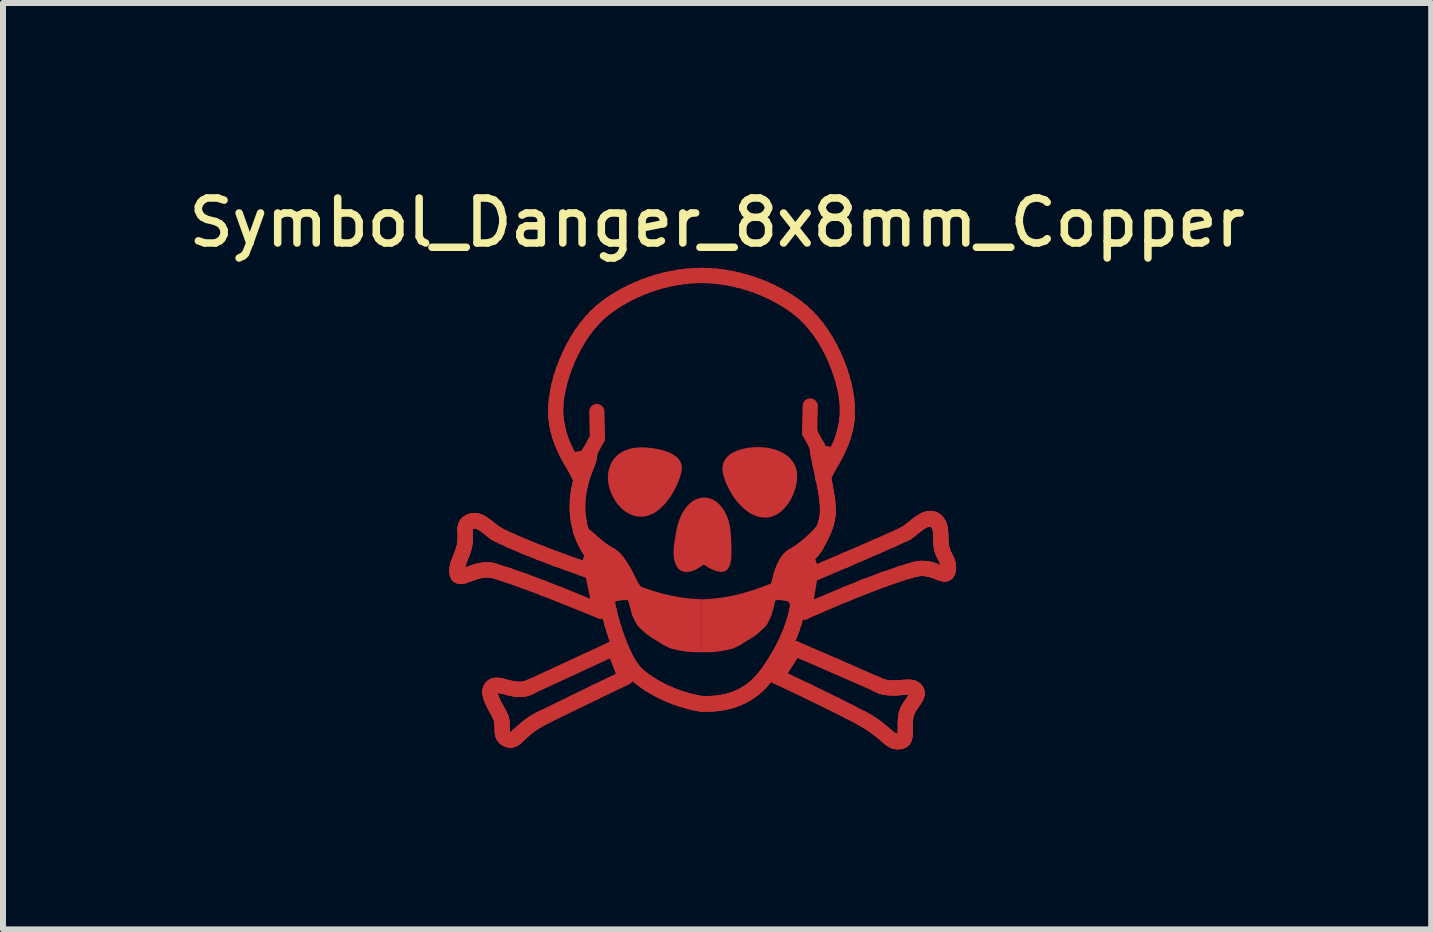
<source format=kicad_pcb>
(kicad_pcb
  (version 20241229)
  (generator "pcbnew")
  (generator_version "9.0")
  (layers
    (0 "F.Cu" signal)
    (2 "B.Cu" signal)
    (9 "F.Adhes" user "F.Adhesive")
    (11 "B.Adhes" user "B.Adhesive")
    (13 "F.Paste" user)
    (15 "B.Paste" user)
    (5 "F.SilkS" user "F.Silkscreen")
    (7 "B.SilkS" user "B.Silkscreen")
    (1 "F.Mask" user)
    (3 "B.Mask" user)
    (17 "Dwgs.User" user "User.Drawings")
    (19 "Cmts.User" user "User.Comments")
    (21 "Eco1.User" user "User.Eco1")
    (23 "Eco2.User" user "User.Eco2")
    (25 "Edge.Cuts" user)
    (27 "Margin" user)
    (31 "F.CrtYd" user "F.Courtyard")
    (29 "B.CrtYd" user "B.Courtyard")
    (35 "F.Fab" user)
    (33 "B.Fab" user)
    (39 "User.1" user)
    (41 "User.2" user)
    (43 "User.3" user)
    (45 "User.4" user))
  (footprint "Symbol_Danger_8x8mm_Copper"
    (layer "F.Cu")
    (at 8.644 5.357)
    (property "Reference" "Symbol_Danger_8x8mm_Copper" (at 0.254 -4.699 0) (layer "F.SilkS") (effects (font (size 0.75 0.75) (thickness 0.125))))
    (attr exclude_from_pos_files exclude_from_bom allow_missing_courtyard)
    (fp_line (start -4.081 1.1) (end -4.08 1.122) (stroke (width 0.254) (type solid)) (layer "F.Cu"))
    (fp_line (start -4.08 1.122) (end -4.078 1.141) (stroke (width 0.254) (type solid)) (layer "F.Cu"))
    (fp_line (start -4.079 1.073) (end -4.081 1.1) (stroke (width 0.254) (type solid)) (layer "F.Cu"))
    (fp_line (start -4.078 1.141) (end -4.073 1.157) (stroke (width 0.254) (type solid)) (layer "F.Cu"))
    (fp_line (start -4.076 1.046) (end -4.079 1.073) (stroke (width 0.254) (type solid)) (layer "F.Cu"))
    (fp_line (start -4.073 1.157) (end -4.068 1.17) (stroke (width 0.254) (type solid)) (layer "F.Cu"))
    (fp_line (start -4.07 1.019) (end -4.076 1.046) (stroke (width 0.254) (type solid)) (layer "F.Cu"))
    (fp_line (start -4.068 1.17) (end -4.064 1.175) (stroke (width 0.254) (type solid)) (layer "F.Cu"))
    (fp_line (start -4.064 1.175) (end -4.06 1.18) (stroke (width 0.254) (type solid)) (layer "F.Cu"))
    (fp_line (start -4.062 0.992) (end -4.07 1.019) (stroke (width 0.254) (type solid)) (layer "F.Cu"))
    (fp_line (start -4.06 1.18) (end -4.056 1.184) (stroke (width 0.254) (type solid)) (layer "F.Cu"))
    (fp_line (start -4.056 1.184) (end -4.052 1.187) (stroke (width 0.254) (type solid)) (layer "F.Cu"))
    (fp_line (start -4.053 0.965) (end -4.062 0.992) (stroke (width 0.254) (type solid)) (layer "F.Cu"))
    (fp_line (start -4.052 1.187) (end -4.041 1.192) (stroke (width 0.254) (type solid)) (layer "F.Cu"))
    (fp_line (start -4.042 0.937) (end -4.053 0.965) (stroke (width 0.254) (type solid)) (layer "F.Cu"))
    (fp_line (start -4.041 1.192) (end -4.03 1.195) (stroke (width 0.254) (type solid)) (layer "F.Cu"))
    (fp_line (start -4.03 1.195) (end -4.016 1.196) (stroke (width 0.254) (type solid)) (layer "F.Cu"))
    (fp_line (start -4.02 0.88) (end -4.042 0.937) (stroke (width 0.254) (type solid)) (layer "F.Cu"))
    (fp_line (start -4.016 1.196) (end -4.002 1.195) (stroke (width 0.254) (type solid)) (layer "F.Cu"))
    (fp_line (start -4.002 1.195) (end -3.986 1.193) (stroke (width 0.254) (type solid)) (layer "F.Cu"))
    (fp_line (start -3.996 0.821) (end -4.02 0.88) (stroke (width 0.254) (type solid)) (layer "F.Cu"))
    (fp_line (start -3.986 1.193) (end -3.97 1.189) (stroke (width 0.254) (type solid)) (layer "F.Cu"))
    (fp_line (start -3.985 0.791) (end -3.996 0.821) (stroke (width 0.254) (type solid)) (layer "F.Cu"))
    (fp_line (start -3.975 0.76) (end -3.985 0.791) (stroke (width 0.254) (type solid)) (layer "F.Cu"))
    (fp_line (start -3.97 1.189) (end -3.933 1.177) (stroke (width 0.254) (type solid)) (layer "F.Cu"))
    (fp_line (start -3.965 0.729) (end -3.975 0.76) (stroke (width 0.254) (type solid)) (layer "F.Cu"))
    (fp_line (start -3.957 0.696) (end -3.965 0.729) (stroke (width 0.254) (type solid)) (layer "F.Cu"))
    (fp_line (start -3.95 0.663) (end -3.957 0.696) (stroke (width 0.254) (type solid)) (layer "F.Cu"))
    (fp_line (start -3.946 0.63) (end -3.95 0.663) (stroke (width 0.254) (type solid)) (layer "F.Cu"))
    (fp_line (start -3.945 0.436) (end -3.945 0.459) (stroke (width 0.254) (type solid)) (layer "F.Cu"))
    (fp_line (start -3.945 0.415) (end -3.945 0.436) (stroke (width 0.254) (type solid)) (layer "F.Cu"))
    (fp_line (start -3.945 0.459) (end -3.943 0.508) (stroke (width 0.254) (type solid)) (layer "F.Cu"))
    (fp_line (start -3.945 0.613) (end -3.946 0.63) (stroke (width 0.254) (type solid)) (layer "F.Cu"))
    (fp_line (start -3.944 0.405) (end -3.945 0.415) (stroke (width 0.254) (type solid)) (layer "F.Cu"))
    (fp_line (start -3.944 0.596) (end -3.945 0.613) (stroke (width 0.254) (type solid)) (layer "F.Cu"))
    (fp_line (start -3.943 0.395) (end -3.944 0.405) (stroke (width 0.254) (type solid)) (layer "F.Cu"))
    (fp_line (start -3.943 0.508) (end -3.942 0.536) (stroke (width 0.254) (type solid)) (layer "F.Cu"))
    (fp_line (start -3.942 0.565) (end -3.944 0.596) (stroke (width 0.254) (type solid)) (layer "F.Cu"))
    (fp_line (start -3.942 0.536) (end -3.942 0.565) (stroke (width 0.254) (type solid)) (layer "F.Cu"))
    (fp_line (start -3.942 0.386) (end -3.943 0.395) (stroke (width 0.254) (type solid)) (layer "F.Cu"))
    (fp_line (start -3.94 0.377) (end -3.942 0.386) (stroke (width 0.254) (type solid)) (layer "F.Cu"))
    (fp_line (start -3.938 0.368) (end -3.94 0.377) (stroke (width 0.254) (type solid)) (layer "F.Cu"))
    (fp_line (start -3.935 0.36) (end -3.938 0.368) (stroke (width 0.254) (type solid)) (layer "F.Cu"))
    (fp_line (start -3.933 1.177) (end -3.892 1.163) (stroke (width 0.254) (type solid)) (layer "F.Cu"))
    (fp_line (start -3.932 0.351) (end -3.935 0.36) (stroke (width 0.254) (type solid)) (layer "F.Cu"))
    (fp_line (start -3.928 0.343) (end -3.932 0.351) (stroke (width 0.254) (type solid)) (layer "F.Cu"))
    (fp_line (start -3.924 0.336) (end -3.928 0.343) (stroke (width 0.254) (type solid)) (layer "F.Cu"))
    (fp_line (start -3.918 0.328) (end -3.924 0.336) (stroke (width 0.254) (type solid)) (layer "F.Cu"))
    (fp_line (start -3.912 0.321) (end -3.918 0.328) (stroke (width 0.254) (type solid)) (layer "F.Cu"))
    (fp_line (start -3.905 0.314) (end -3.912 0.321) (stroke (width 0.254) (type solid)) (layer "F.Cu"))
    (fp_line (start -3.898 0.307) (end -3.905 0.314) (stroke (width 0.254) (type solid)) (layer "F.Cu"))
    (fp_line (start -3.892 1.163) (end -3.847 1.146) (stroke (width 0.254) (type solid)) (layer "F.Cu"))
    (fp_line (start -3.889 0.3) (end -3.898 0.307) (stroke (width 0.254) (type solid)) (layer "F.Cu"))
    (fp_line (start -3.879 0.294) (end -3.889 0.3) (stroke (width 0.254) (type solid)) (layer "F.Cu"))
    (fp_line (start -3.869 0.287) (end -3.879 0.294) (stroke (width 0.254) (type solid)) (layer "F.Cu"))
    (fp_line (start -3.854 0.28) (end -3.869 0.287) (stroke (width 0.254) (type solid)) (layer "F.Cu"))
    (fp_line (start -3.847 1.146) (end -3.799 1.129) (stroke (width 0.254) (type solid)) (layer "F.Cu"))
    (fp_line (start -3.839 0.274) (end -3.854 0.28) (stroke (width 0.254) (type solid)) (layer "F.Cu"))
    (fp_line (start -3.824 0.27) (end -3.839 0.274) (stroke (width 0.254) (type solid)) (layer "F.Cu"))
    (fp_line (start -3.808 0.268) (end -3.824 0.27) (stroke (width 0.254) (type solid)) (layer "F.Cu"))
    (fp_line (start -3.799 1.129) (end -3.747 1.113) (stroke (width 0.254) (type solid)) (layer "F.Cu"))
    (fp_line (start -3.793 0.267) (end -3.808 0.268) (stroke (width 0.254) (type solid)) (layer "F.Cu"))
    (fp_line (start -3.778 0.267) (end -3.793 0.267) (stroke (width 0.254) (type solid)) (layer "F.Cu"))
    (fp_line (start -3.763 0.269) (end -3.778 0.267) (stroke (width 0.254) (type solid)) (layer "F.Cu"))
    (fp_line (start -3.747 1.113) (end -3.721 1.106) (stroke (width 0.254) (type solid)) (layer "F.Cu"))
    (fp_line (start -3.747 0.273) (end -3.763 0.269) (stroke (width 0.254) (type solid)) (layer "F.Cu"))
    (fp_line (start -3.732 0.277) (end -3.747 0.273) (stroke (width 0.254) (type solid)) (layer "F.Cu"))
    (fp_line (start -3.721 1.106) (end -3.694 1.1) (stroke (width 0.254) (type solid)) (layer "F.Cu"))
    (fp_line (start -3.716 0.283) (end -3.732 0.277) (stroke (width 0.254) (type solid)) (layer "F.Cu"))
    (fp_line (start -3.701 0.289) (end -3.716 0.283) (stroke (width 0.254) (type solid)) (layer "F.Cu"))
    (fp_line (start -3.694 1.1) (end -3.667 1.095) (stroke (width 0.254) (type solid)) (layer "F.Cu"))
    (fp_line (start -3.686 0.296) (end -3.701 0.289) (stroke (width 0.254) (type solid)) (layer "F.Cu"))
    (fp_line (start -3.67 0.305) (end -3.686 0.296) (stroke (width 0.254) (type solid)) (layer "F.Cu"))
    (fp_line (start -3.667 1.095) (end -3.639 1.091) (stroke (width 0.254) (type solid)) (layer "F.Cu"))
    (fp_line (start -3.655 0.314) (end -3.67 0.305) (stroke (width 0.254) (type solid)) (layer "F.Cu"))
    (fp_line (start -3.639 1.091) (end -3.61 1.088) (stroke (width 0.254) (type solid)) (layer "F.Cu"))
    (fp_line (start -3.625 0.333) (end -3.655 0.314) (stroke (width 0.254) (type solid)) (layer "F.Cu"))
    (fp_line (start -3.61 1.088) (end -3.582 1.087) (stroke (width 0.254) (type solid)) (layer "F.Cu"))
    (fp_line (start -3.595 0.355) (end -3.625 0.333) (stroke (width 0.254) (type solid)) (layer "F.Cu"))
    (fp_line (start -3.582 1.087) (end -3.553 1.088) (stroke (width 0.254) (type solid)) (layer "F.Cu"))
    (fp_line (start -3.566 0.378) (end -3.595 0.355) (stroke (width 0.254) (type solid)) (layer "F.Cu"))
    (fp_line (start -3.553 1.088) (end -3.523 1.091) (stroke (width 0.254) (type solid)) (layer "F.Cu"))
    (fp_line (start -3.529 3.132) (end -3.528 3.147) (stroke (width 0.254) (type solid)) (layer "F.Cu"))
    (fp_line (start -3.529 3.118) (end -3.529 3.132) (stroke (width 0.254) (type solid)) (layer "F.Cu"))
    (fp_line (start -3.528 3.147) (end -3.526 3.162) (stroke (width 0.254) (type solid)) (layer "F.Cu"))
    (fp_line (start -3.528 3.104) (end -3.529 3.118) (stroke (width 0.254) (type solid)) (layer "F.Cu"))
    (fp_line (start -3.526 3.162) (end -3.523 3.177) (stroke (width 0.254) (type solid)) (layer "F.Cu"))
    (fp_line (start -3.525 3.091) (end -3.528 3.104) (stroke (width 0.254) (type solid)) (layer "F.Cu"))
    (fp_line (start -3.523 1.091) (end -3.494 1.096) (stroke (width 0.254) (type solid)) (layer "F.Cu"))
    (fp_line (start -3.523 3.177) (end -3.519 3.193) (stroke (width 0.254) (type solid)) (layer "F.Cu"))
    (fp_line (start -3.522 3.079) (end -3.525 3.091) (stroke (width 0.254) (type solid)) (layer "F.Cu"))
    (fp_line (start -3.519 3.193) (end -3.508 3.226) (stroke (width 0.254) (type solid)) (layer "F.Cu"))
    (fp_line (start -3.517 3.067) (end -3.522 3.079) (stroke (width 0.254) (type solid)) (layer "F.Cu"))
    (fp_line (start -3.51 3.056) (end -3.517 3.067) (stroke (width 0.254) (type solid)) (layer "F.Cu"))
    (fp_line (start -3.509 0.423) (end -3.566 0.378) (stroke (width 0.254) (type solid)) (layer "F.Cu"))
    (fp_line (start -3.508 3.226) (end -3.495 3.26) (stroke (width 0.254) (type solid)) (layer "F.Cu"))
    (fp_line (start -3.502 3.045) (end -3.51 3.056) (stroke (width 0.254) (type solid)) (layer "F.Cu"))
    (fp_line (start -3.495 3.26) (end -3.48 3.294) (stroke (width 0.254) (type solid)) (layer "F.Cu"))
    (fp_line (start -3.494 1.096) (end -3.464 1.103) (stroke (width 0.254) (type solid)) (layer "F.Cu"))
    (fp_line (start -3.492 3.036) (end -3.502 3.045) (stroke (width 0.254) (type solid)) (layer "F.Cu"))
    (fp_line (start -3.481 0.445) (end -3.509 0.423) (stroke (width 0.254) (type solid)) (layer "F.Cu"))
    (fp_line (start -3.481 3.027) (end -3.492 3.036) (stroke (width 0.254) (type solid)) (layer "F.Cu"))
    (fp_line (start -3.48 3.294) (end -3.463 3.328) (stroke (width 0.254) (type solid)) (layer "F.Cu"))
    (fp_line (start -3.469 3.021) (end -3.481 3.027) (stroke (width 0.254) (type solid)) (layer "F.Cu"))
    (fp_line (start -3.464 1.103) (end -3.224 1.18) (stroke (width 0.254) (type solid)) (layer "F.Cu"))
    (fp_line (start -3.463 3.328) (end -3.427 3.397) (stroke (width 0.254) (type solid)) (layer "F.Cu"))
    (fp_line (start -3.456 3.016) (end -3.469 3.021) (stroke (width 0.254) (type solid)) (layer "F.Cu"))
    (fp_line (start -3.455 0.465) (end -3.481 0.445) (stroke (width 0.254) (type solid)) (layer "F.Cu"))
    (fp_line (start -3.443 3.013) (end -3.456 3.016) (stroke (width 0.254) (type solid)) (layer "F.Cu"))
    (fp_line (start -3.43 0.482) (end -3.455 0.465) (stroke (width 0.254) (type solid)) (layer "F.Cu"))
    (fp_line (start -3.428 3.012) (end -3.443 3.013) (stroke (width 0.254) (type solid)) (layer "F.Cu"))
    (fp_line (start -3.427 3.397) (end -3.39 3.463) (stroke (width 0.254) (type solid)) (layer "F.Cu"))
    (fp_line (start -3.417 0.489) (end -3.43 0.482) (stroke (width 0.254) (type solid)) (layer "F.Cu"))
    (fp_line (start -3.413 3.011) (end -3.428 3.012) (stroke (width 0.254) (type solid)) (layer "F.Cu"))
    (fp_line (start -3.405 0.496) (end -3.417 0.489) (stroke (width 0.254) (type solid)) (layer "F.Cu"))
    (fp_line (start -3.39 3.463) (end -3.374 3.494) (stroke (width 0.254) (type solid)) (layer "F.Cu"))
    (fp_line (start -3.381 3.014) (end -3.413 3.011) (stroke (width 0.254) (type solid)) (layer "F.Cu"))
    (fp_line (start -3.374 3.494) (end -3.359 3.524) (stroke (width 0.254) (type solid)) (layer "F.Cu"))
    (fp_line (start -3.359 3.524) (end -3.352 3.539) (stroke (width 0.254) (type solid)) (layer "F.Cu"))
    (fp_line (start -3.352 3.539) (end -3.346 3.554) (stroke (width 0.254) (type solid)) (layer "F.Cu"))
    (fp_line (start -3.346 3.554) (end -3.341 3.569) (stroke (width 0.254) (type solid)) (layer "F.Cu"))
    (fp_line (start -3.345 3.02) (end -3.381 3.014) (stroke (width 0.254) (type solid)) (layer "F.Cu"))
    (fp_line (start -3.341 3.569) (end -3.338 3.584) (stroke (width 0.254) (type solid)) (layer "F.Cu"))
    (fp_line (start -3.338 3.584) (end -3.332 3.614) (stroke (width 0.254) (type solid)) (layer "F.Cu"))
    (fp_line (start -3.332 3.614) (end -3.329 3.644) (stroke (width 0.254) (type solid)) (layer "F.Cu"))
    (fp_line (start -3.329 3.644) (end -3.327 3.673) (stroke (width 0.254) (type solid)) (layer "F.Cu"))
    (fp_line (start -3.327 3.673) (end -3.327 3.702) (stroke (width 0.254) (type solid)) (layer "F.Cu"))
    (fp_line (start -3.327 3.702) (end -3.326 3.757) (stroke (width 0.254) (type solid)) (layer "F.Cu"))
    (fp_line (start -3.326 3.757) (end -3.325 3.783) (stroke (width 0.254) (type solid)) (layer "F.Cu"))
    (fp_line (start -3.325 3.783) (end -3.322 3.807) (stroke (width 0.254) (type solid)) (layer "F.Cu"))
    (fp_line (start -3.322 3.807) (end -3.32 3.819) (stroke (width 0.254) (type solid)) (layer "F.Cu"))
    (fp_line (start -3.32 3.819) (end -3.317 3.83) (stroke (width 0.254) (type solid)) (layer "F.Cu"))
    (fp_line (start -3.317 3.83) (end -3.313 3.841) (stroke (width 0.254) (type solid)) (layer "F.Cu"))
    (fp_line (start -3.313 3.841) (end -3.309 3.851) (stroke (width 0.254) (type solid)) (layer "F.Cu"))
    (fp_line (start -3.309 3.851) (end -3.303 3.861) (stroke (width 0.254) (type solid)) (layer "F.Cu"))
    (fp_line (start -3.307 3.029) (end -3.345 3.02) (stroke (width 0.254) (type solid)) (layer "F.Cu"))
    (fp_line (start -3.304 0.546) (end -3.405 0.496) (stroke (width 0.254) (type solid)) (layer "F.Cu"))
    (fp_line (start -3.303 3.861) (end -3.297 3.87) (stroke (width 0.254) (type solid)) (layer "F.Cu"))
    (fp_line (start -3.297 3.87) (end -3.29 3.879) (stroke (width 0.254) (type solid)) (layer "F.Cu"))
    (fp_line (start -3.29 3.879) (end -3.281 3.887) (stroke (width 0.254) (type solid)) (layer "F.Cu"))
    (fp_line (start -3.281 3.887) (end -3.271 3.895) (stroke (width 0.254) (type solid)) (layer "F.Cu"))
    (fp_line (start -3.271 3.895) (end -3.26 3.902) (stroke (width 0.254) (type solid)) (layer "F.Cu"))
    (fp_line (start -3.26 3.902) (end -3.248 3.909) (stroke (width 0.254) (type solid)) (layer "F.Cu"))
    (fp_line (start -3.248 3.909) (end -3.234 3.915) (stroke (width 0.254) (type solid)) (layer "F.Cu"))
    (fp_line (start -3.234 3.915) (end -3.22 3.919) (stroke (width 0.254) (type solid)) (layer "F.Cu"))
    (fp_line (start -3.224 3.051) (end -3.307 3.029) (stroke (width 0.254) (type solid)) (layer "F.Cu"))
    (fp_line (start -3.224 1.18) (end -2.945 1.278) (stroke (width 0.254) (type solid)) (layer "F.Cu"))
    (fp_line (start -3.22 3.919) (end -3.207 3.922) (stroke (width 0.254) (type solid)) (layer "F.Cu"))
    (fp_line (start -3.207 3.922) (end -3.195 3.923) (stroke (width 0.254) (type solid)) (layer "F.Cu"))
    (fp_line (start -3.195 3.923) (end -3.183 3.923) (stroke (width 0.254) (type solid)) (layer "F.Cu"))
    (fp_line (start -3.191 0.598) (end -3.304 0.546) (stroke (width 0.254) (type solid)) (layer "F.Cu"))
    (fp_line (start -3.183 3.923) (end -3.172 3.921) (stroke (width 0.254) (type solid)) (layer "F.Cu"))
    (fp_line (start -3.18 3.062) (end -3.224 3.051) (stroke (width 0.254) (type solid)) (layer "F.Cu"))
    (fp_line (start -3.172 3.921) (end -3.16 3.919) (stroke (width 0.254) (type solid)) (layer "F.Cu"))
    (fp_line (start -3.16 3.919) (end -3.149 3.915) (stroke (width 0.254) (type solid)) (layer "F.Cu"))
    (fp_line (start -3.149 3.915) (end -3.138 3.909) (stroke (width 0.254) (type solid)) (layer "F.Cu"))
    (fp_line (start -3.138 3.909) (end -3.127 3.903) (stroke (width 0.254) (type solid)) (layer "F.Cu"))
    (fp_line (start -3.135 3.07) (end -3.18 3.062) (stroke (width 0.254) (type solid)) (layer "F.Cu"))
    (fp_line (start -3.127 3.903) (end -3.115 3.895) (stroke (width 0.254) (type solid)) (layer "F.Cu"))
    (fp_line (start -3.115 3.895) (end -3.104 3.886) (stroke (width 0.254) (type solid)) (layer "F.Cu"))
    (fp_line (start -3.104 3.886) (end -3.092 3.876) (stroke (width 0.254) (type solid)) (layer "F.Cu"))
    (fp_line (start -3.092 3.876) (end -3.066 3.854) (stroke (width 0.254) (type solid)) (layer "F.Cu"))
    (fp_line (start -3.088 3.077) (end -3.135 3.07) (stroke (width 0.254) (type solid)) (layer "F.Cu"))
    (fp_line (start -3.066 3.854) (end -3.039 3.828) (stroke (width 0.254) (type solid)) (layer "F.Cu"))
    (fp_line (start -3.064 3.078) (end -3.088 3.077) (stroke (width 0.254) (type solid)) (layer "F.Cu"))
    (fp_line (start -3.039 3.079) (end -3.064 3.078) (stroke (width 0.254) (type solid)) (layer "F.Cu"))
    (fp_line (start -3.039 3.828) (end -3.008 3.799) (stroke (width 0.254) (type solid)) (layer "F.Cu"))
    (fp_line (start -3.015 3.078) (end -3.039 3.079) (stroke (width 0.254) (type solid)) (layer "F.Cu"))
    (fp_line (start -3.008 3.799) (end -2.973 3.768) (stroke (width 0.254) (type solid)) (layer "F.Cu"))
    (fp_line (start -2.99 3.076) (end -3.015 3.078) (stroke (width 0.254) (type solid)) (layer "F.Cu"))
    (fp_line (start -2.973 3.768) (end -2.934 3.734) (stroke (width 0.254) (type solid)) (layer "F.Cu"))
    (fp_line (start -2.966 3.073) (end -2.99 3.076) (stroke (width 0.254) (type solid)) (layer "F.Cu"))
    (fp_line (start -2.945 1.278) (end -2.651 1.389) (stroke (width 0.254) (type solid)) (layer "F.Cu"))
    (fp_line (start -2.944 0.705) (end -3.191 0.598) (stroke (width 0.254) (type solid)) (layer "F.Cu"))
    (fp_line (start -2.941 3.068) (end -2.966 3.073) (stroke (width 0.254) (type solid)) (layer "F.Cu"))
    (fp_line (start -2.934 3.734) (end -2.912 3.717) (stroke (width 0.254) (type solid)) (layer "F.Cu"))
    (fp_line (start -2.916 3.061) (end -2.941 3.068) (stroke (width 0.254) (type solid)) (layer "F.Cu"))
    (fp_line (start -2.912 3.717) (end -2.889 3.699) (stroke (width 0.254) (type solid)) (layer "F.Cu"))
    (fp_line (start -2.891 3.052) (end -2.916 3.061) (stroke (width 0.254) (type solid)) (layer "F.Cu"))
    (fp_line (start -2.889 3.699) (end -2.865 3.68) (stroke (width 0.254) (type solid)) (layer "F.Cu"))
    (fp_line (start -2.866 3.042) (end -2.891 3.052) (stroke (width 0.254) (type solid)) (layer "F.Cu"))
    (fp_line (start -2.865 3.68) (end -2.839 3.662) (stroke (width 0.254) (type solid)) (layer "F.Cu"))
    (fp_line (start -2.841 3.029) (end -2.866 3.042) (stroke (width 0.254) (type solid)) (layer "F.Cu"))
    (fp_line (start -2.839 3.662) (end -2.811 3.643) (stroke (width 0.254) (type solid)) (layer "F.Cu"))
    (fp_line (start -2.811 3.643) (end -2.781 3.624) (stroke (width 0.254) (type solid)) (layer "F.Cu"))
    (fp_line (start -2.781 3.624) (end -2.749 3.605) (stroke (width 0.254) (type solid)) (layer "F.Cu"))
    (fp_line (start -2.749 3.605) (end -2.716 3.585) (stroke (width 0.254) (type solid)) (layer "F.Cu"))
    (fp_line (start -2.716 3.585) (end -2.68 3.566) (stroke (width 0.254) (type solid)) (layer "F.Cu"))
    (fp_line (start -2.681 0.809) (end -2.944 0.705) (stroke (width 0.254) (type solid)) (layer "F.Cu"))
    (fp_line (start -2.68 3.566) (end -2.642 3.547) (stroke (width 0.254) (type solid)) (layer "F.Cu"))
    (fp_line (start -2.651 1.389) (end -2.362 1.502) (stroke (width 0.254) (type solid)) (layer "F.Cu"))
    (fp_line (start -2.642 3.547) (end -1.77 3.122) (stroke (width 0.254) (type solid)) (layer "F.Cu"))
    (fp_line (start -2.436 -1.544) (end -2.433 -1.649) (stroke (width 0.254) (type solid)) (layer "F.Cu"))
    (fp_line (start -2.433 -1.649) (end -2.423 -1.76) (stroke (width 0.254) (type solid)) (layer "F.Cu"))
    (fp_line (start -2.43 -1.446) (end -2.436 -1.544) (stroke (width 0.254) (type solid)) (layer "F.Cu"))
    (fp_line (start -2.424 -1.399) (end -2.43 -1.446) (stroke (width 0.254) (type solid)) (layer "F.Cu"))
    (fp_line (start -2.424 0.907) (end -2.681 0.809) (stroke (width 0.254) (type solid)) (layer "F.Cu"))
    (fp_line (start -2.423 -1.76) (end -2.404 -1.876) (stroke (width 0.254) (type solid)) (layer "F.Cu"))
    (fp_line (start -2.418 -1.355) (end -2.424 -1.399) (stroke (width 0.254) (type solid)) (layer "F.Cu"))
    (fp_line (start -2.41 -1.311) (end -2.418 -1.355) (stroke (width 0.254) (type solid)) (layer "F.Cu"))
    (fp_line (start -2.404 -1.876) (end -2.379 -1.995) (stroke (width 0.254) (type solid)) (layer "F.Cu"))
    (fp_line (start -2.401 -1.269) (end -2.41 -1.311) (stroke (width 0.254) (type solid)) (layer "F.Cu"))
    (fp_line (start -2.392 -1.228) (end -2.401 -1.269) (stroke (width 0.254) (type solid)) (layer "F.Cu"))
    (fp_line (start -2.381 -1.188) (end -2.392 -1.228) (stroke (width 0.254) (type solid)) (layer "F.Cu"))
    (fp_line (start -2.379 -1.995) (end -2.346 -2.117) (stroke (width 0.254) (type solid)) (layer "F.Cu"))
    (fp_line (start -2.37 -1.149) (end -2.381 -1.188) (stroke (width 0.254) (type solid)) (layer "F.Cu"))
    (fp_line (start -2.362 1.502) (end -1.688 1.775) (stroke (width 0.254) (type solid)) (layer "F.Cu"))
    (fp_line (start -2.358 -1.112) (end -2.37 -1.149) (stroke (width 0.254) (type solid)) (layer "F.Cu"))
    (fp_line (start -2.346 -2.117) (end -2.306 -2.24) (stroke (width 0.254) (type solid)) (layer "F.Cu"))
    (fp_line (start -2.333 -1.04) (end -2.358 -1.112) (stroke (width 0.254) (type solid)) (layer "F.Cu"))
    (fp_line (start -2.306 -2.24) (end -2.259 -2.363) (stroke (width 0.254) (type solid)) (layer "F.Cu"))
    (fp_line (start -2.305 -0.973) (end -2.333 -1.04) (stroke (width 0.254) (type solid)) (layer "F.Cu"))
    (fp_line (start -2.275 -0.909) (end -2.305 -0.973) (stroke (width 0.254) (type solid)) (layer "F.Cu"))
    (fp_line (start -2.259 -2.363) (end -2.206 -2.486) (stroke (width 0.254) (type solid)) (layer "F.Cu"))
    (fp_line (start -2.245 -0.848) (end -2.275 -0.909) (stroke (width 0.254) (type solid)) (layer "F.Cu"))
    (fp_line (start -2.214 -0.79) (end -2.245 -0.848) (stroke (width 0.254) (type solid)) (layer "F.Cu"))
    (fp_line (start -2.206 -2.486) (end -2.147 -2.607) (stroke (width 0.254) (type solid)) (layer "F.Cu"))
    (fp_line (start -2.183 -0.735) (end -2.214 -0.79) (stroke (width 0.254) (type solid)) (layer "F.Cu"))
    (fp_line (start -2.147 -2.607) (end -2.081 -2.724) (stroke (width 0.254) (type solid)) (layer "F.Cu"))
    (fp_line (start -2.123 -0.631) (end -2.183 -0.735) (stroke (width 0.254) (type solid)) (layer "F.Cu"))
    (fp_line (start -2.095 -0.582) (end -2.123 -0.631) (stroke (width 0.254) (type solid)) (layer "F.Cu"))
    (fp_line (start -2.081 -2.724) (end -2.01 -2.837) (stroke (width 0.254) (type solid)) (layer "F.Cu"))
    (fp_line (start -2.073 0.024) (end -2.07 -0.062) (stroke (width 0.263) (type solid)) (layer "F.Cu"))
    (fp_line (start -2.071 0.108) (end -2.073 0.024) (stroke (width 0.263) (type solid)) (layer "F.Cu"))
    (fp_line (start -2.07 -0.533) (end -2.095 -0.582) (stroke (width 0.254) (type solid)) (layer "F.Cu"))
    (fp_line (start -2.07 -0.062) (end -2.061 -0.151) (stroke (width 0.263) (type solid)) (layer "F.Cu"))
    (fp_line (start -2.065 0.189) (end -2.071 0.108) (stroke (width 0.263) (type solid)) (layer "F.Cu"))
    (fp_line (start -2.061 -0.151) (end -2.047 -0.242) (stroke (width 0.263) (type solid)) (layer "F.Cu"))
    (fp_line (start -2.054 0.268) (end -2.065 0.189) (stroke (width 0.263) (type solid)) (layer "F.Cu"))
    (fp_line (start -2.047 -0.242) (end -2.027 -0.335) (stroke (width 0.263) (type solid)) (layer "F.Cu"))
    (fp_line (start -2.047 -0.486) (end -2.07 -0.533) (stroke (width 0.254) (type solid)) (layer "F.Cu"))
    (fp_line (start -2.039 0.345) (end -2.054 0.268) (stroke (width 0.263) (type solid)) (layer "F.Cu"))
    (fp_line (start -2.027 -0.335) (end -2.002 -0.431) (stroke (width 0.263) (type solid)) (layer "F.Cu"))
    (fp_line (start -2.027 -0.438) (end -2.047 -0.486) (stroke (width 0.254) (type solid)) (layer "F.Cu"))
    (fp_line (start -2.01 -2.837) (end -1.933 -2.945) (stroke (width 0.254) (type solid)) (layer "F.Cu"))
    (fp_line (start -2.002 -0.431) (end -1.971 -0.528) (stroke (width 0.263) (type solid)) (layer "F.Cu"))
    (fp_line (start -1.999 1.06) (end -2.424 0.907) (stroke (width 0.254) (type solid)) (layer "F.Cu"))
    (fp_line (start -1.997 0.49) (end -2.02 0.419) (stroke (width 0.263) (type solid)) (layer "F.Cu"))
    (fp_line (start -1.971 -0.528) (end -1.933 -0.628) (stroke (width 0.263) (type solid)) (layer "F.Cu"))
    (fp_line (start -1.97 0.558) (end -2.02 0.419) (stroke (width 0.263) (type solid)) (layer "F.Cu"))
    (fp_line (start -1.962 -0.778) (end -2.183 -0.735) (stroke (width 0.254) (type solid)) (layer "F.Cu"))
    (fp_line (start -1.939 0.624) (end -1.97 0.558) (stroke (width 0.263) (type solid)) (layer "F.Cu"))
    (fp_line (start -1.933 -0.628) (end -1.92 -0.661) (stroke (width 0.263) (type solid)) (layer "F.Cu"))
    (fp_line (start -1.933 -2.945) (end -1.85 -3.046) (stroke (width 0.254) (type solid)) (layer "F.Cu"))
    (fp_line (start -1.92 -0.661) (end -1.909 -0.692) (stroke (width 0.263) (type solid)) (layer "F.Cu"))
    (fp_line (start -1.909 -0.692) (end -1.9 -0.721) (stroke (width 0.263) (type solid)) (layer "F.Cu"))
    (fp_line (start -1.905 0.687) (end -1.939 0.624) (stroke (width 0.263) (type solid)) (layer "F.Cu"))
    (fp_line (start -1.9 -0.721) (end -1.892 -0.748) (stroke (width 0.263) (type solid)) (layer "F.Cu"))
    (fp_line (start -1.892 -0.748) (end -1.885 -0.774) (stroke (width 0.263) (type solid)) (layer "F.Cu"))
    (fp_line (start -1.885 -0.774) (end -1.88 -0.799) (stroke (width 0.263) (type solid)) (layer "F.Cu"))
    (fp_line (start -1.88 0.729) (end -1.905 0.687) (stroke (width 0.263) (type solid)) (layer "F.Cu"))
    (fp_line (start -1.88 -0.799) (end -1.876 -0.823) (stroke (width 0.263) (type solid)) (layer "F.Cu"))
    (fp_line (start -1.876 -0.823) (end -1.873 -0.846) (stroke (width 0.263) (type solid)) (layer "F.Cu"))
    (fp_line (start -1.873 -0.846) (end -1.871 -0.868) (stroke (width 0.263) (type solid)) (layer "F.Cu"))
    (fp_line (start -1.871 -0.868) (end -1.74 -1.11) (stroke (width 0.254) (type default)) (layer "F.Cu"))
    (fp_line (start -1.856 0.764) (end -1.88 0.729) (stroke (width 0.263) (type solid)) (layer "F.Cu"))
    (fp_line (start -1.85 -3.046) (end -1.763 -3.14) (stroke (width 0.254) (type solid)) (layer "F.Cu"))
    (fp_line (start -1.846 0.613) (end -1.927 0.538) (stroke (width 0.263) (type solid)) (layer "F.Cu"))
    (fp_line (start -1.833 0.793) (end -1.856 0.764) (stroke (width 0.263) (type solid)) (layer "F.Cu"))
    (fp_line (start -1.823 1.121) (end -1.999 1.06) (stroke (width 0.254) (type solid)) (layer "F.Cu"))
    (fp_line (start -1.812 0.817) (end -1.911 1.09) (stroke (width 0.254) (type solid)) (layer "F.Cu"))
    (fp_line (start -1.812 0.817) (end -1.833 0.793) (stroke (width 0.263) (type solid)) (layer "F.Cu"))
    (fp_line (start -1.8 0.654) (end -1.846 0.613) (stroke (width 0.263) (type solid)) (layer "F.Cu"))
    (fp_line (start -1.772 0.861) (end -1.812 0.817) (stroke (width 0.263) (type solid)) (layer "F.Cu"))
    (fp_line (start -1.77 3.122) (end -1.273 2.883) (stroke (width 0.254) (type solid)) (layer "F.Cu"))
    (fp_line (start -1.763 -3.14) (end -1.67 -3.225) (stroke (width 0.254) (type solid)) (layer "F.Cu"))
    (fp_line (start -1.754 0.884) (end -1.772 0.861) (stroke (width 0.263) (type solid)) (layer "F.Cu"))
    (fp_line (start -1.75 0.695) (end -1.8 0.654) (stroke (width 0.263) (type solid)) (layer "F.Cu"))
    (fp_line (start -1.74 -1.11) (end -1.75 -1.55) (stroke (width 0.254) (type default)) (layer "F.Cu"))
    (fp_line (start -1.737 0.908) (end -1.754 0.884) (stroke (width 0.263) (type solid)) (layer "F.Cu"))
    (fp_line (start -1.721 0.937) (end -1.737 0.908) (stroke (width 0.263) (type solid)) (layer "F.Cu"))
    (fp_line (start -1.705 0.971) (end -1.721 0.937) (stroke (width 0.263) (type solid)) (layer "F.Cu"))
    (fp_line (start -1.698 0.736) (end -1.75 0.695) (stroke (width 0.263) (type solid)) (layer "F.Cu"))
    (fp_line (start -1.69 1.012) (end -1.705 0.971) (stroke (width 0.263) (type solid)) (layer "F.Cu"))
    (fp_line (start -1.688 1.775) (end -1.823 1.121) (stroke (width 0.254) (type solid)) (layer "F.Cu"))
    (fp_line (start -1.676 1.062) (end -1.69 1.012) (stroke (width 0.263) (type solid)) (layer "F.Cu"))
    (fp_line (start -1.67 -3.225) (end -1.601 -3.28) (stroke (width 0.254) (type solid)) (layer "F.Cu"))
    (fp_line (start -1.662 1.122) (end -1.676 1.062) (stroke (width 0.263) (type solid)) (layer "F.Cu"))
    (fp_line (start -1.648 1.194) (end -1.662 1.122) (stroke (width 0.263) (type solid)) (layer "F.Cu"))
    (fp_line (start -1.643 0.775) (end -1.698 0.736) (stroke (width 0.263) (type solid)) (layer "F.Cu"))
    (fp_line (start -1.635 1.279) (end -1.648 1.194) (stroke (width 0.263) (type solid)) (layer "F.Cu"))
    (fp_line (start -1.61 1.468) (end -1.622 1.38) (stroke (width 0.263) (type solid)) (layer "F.Cu"))
    (fp_line (start -1.601 -3.28) (end -1.526 -3.335) (stroke (width 0.254) (type solid)) (layer "F.Cu"))
    (fp_line (start -1.594 1.562) (end -1.61 1.468) (stroke (width 0.263) (type solid)) (layer "F.Cu"))
    (fp_line (start -1.586 0.813) (end -1.643 0.775) (stroke (width 0.263) (type solid)) (layer "F.Cu"))
    (fp_line (start -1.574 1.662) (end -1.594 1.562) (stroke (width 0.263) (type solid)) (layer "F.Cu"))
    (fp_line (start -1.551 1.766) (end -1.574 1.662) (stroke (width 0.263) (type solid)) (layer "F.Cu"))
    (fp_line (start -1.527 0.847) (end -1.586 0.813) (stroke (width 0.263) (type solid)) (layer "F.Cu"))
    (fp_line (start -1.526 -3.335) (end -1.445 -3.389) (stroke (width 0.254) (type solid)) (layer "F.Cu"))
    (fp_line (start -1.524 1.873) (end -1.551 1.766) (stroke (width 0.263) (type solid)) (layer "F.Cu"))
    (fp_line (start -1.509 0.859) (end -1.527 0.847) (stroke (width 0.263) (type solid)) (layer "F.Cu"))
    (fp_line (start -1.494 1.981) (end -1.524 1.873) (stroke (width 0.263) (type solid)) (layer "F.Cu"))
    (fp_line (start -1.49 0.873) (end -1.509 0.859) (stroke (width 0.263) (type solid)) (layer "F.Cu"))
    (fp_line (start -1.471 0.889) (end -1.49 0.873) (stroke (width 0.263) (type solid)) (layer "F.Cu"))
    (fp_line (start -1.462 2.391) (end -2.841 3.029) (stroke (width 0.254) (type solid)) (layer "F.Cu"))
    (fp_line (start -1.461 2.089) (end -1.494 1.981) (stroke (width 0.263) (type solid)) (layer "F.Cu"))
    (fp_line (start -1.453 0.908) (end -1.471 0.889) (stroke (width 0.263) (type solid)) (layer "F.Cu"))
    (fp_line (start -1.445 -3.389) (end -1.358 -3.442) (stroke (width 0.254) (type solid)) (layer "F.Cu"))
    (fp_line (start -1.434 0.928) (end -1.453 0.908) (stroke (width 0.263) (type solid)) (layer "F.Cu"))
    (fp_line (start -1.425 2.197) (end -1.461 2.089) (stroke (width 0.263) (type solid)) (layer "F.Cu"))
    (fp_line (start -1.416 0.95) (end -1.434 0.928) (stroke (width 0.263) (type solid)) (layer "F.Cu"))
    (fp_line (start -1.387 2.301) (end -1.425 2.197) (stroke (width 0.263) (type solid)) (layer "F.Cu"))
    (fp_line (start -1.381 0.997) (end -1.416 0.95) (stroke (width 0.263) (type solid)) (layer "F.Cu"))
    (fp_line (start -1.358 -3.442) (end -1.267 -3.493) (stroke (width 0.254) (type solid)) (layer "F.Cu"))
    (fp_line (start -1.347 1.049) (end -1.381 0.997) (stroke (width 0.263) (type solid)) (layer "F.Cu"))
    (fp_line (start -1.346 2.402) (end -1.387 2.301) (stroke (width 0.263) (type solid)) (layer "F.Cu"))
    (fp_line (start -1.314 1.103) (end -1.347 1.049) (stroke (width 0.263) (type solid)) (layer "F.Cu"))
    (fp_line (start -1.303 2.498) (end -1.346 2.402) (stroke (width 0.263) (type solid)) (layer "F.Cu"))
    (fp_line (start -1.284 1.158) (end -1.314 1.103) (stroke (width 0.263) (type solid)) (layer "F.Cu"))
    (fp_line (start -1.273 2.883) (end -1.462 2.391) (stroke (width 0.254) (type solid)) (layer "F.Cu"))
    (fp_line (start -1.267 -3.493) (end -1.17 -3.542) (stroke (width 0.254) (type solid)) (layer "F.Cu"))
    (fp_line (start -1.258 2.587) (end -1.303 2.498) (stroke (width 0.263) (type solid)) (layer "F.Cu"))
    (fp_line (start -1.255 1.212) (end -1.284 1.158) (stroke (width 0.263) (type solid)) (layer "F.Cu"))
    (fp_line (start -1.212 2.668) (end -1.258 2.587) (stroke (width 0.263) (type solid)) (layer "F.Cu"))
    (fp_line (start -1.17 -3.542) (end -1.069 -3.588) (stroke (width 0.254) (type solid)) (layer "F.Cu"))
    (fp_line (start -1.167 1.386) (end -1.255 1.212) (stroke (width 0.263) (type solid)) (layer "F.Cu"))
    (fp_line (start -1.164 2.739) (end -1.212 2.668) (stroke (width 0.263) (type solid)) (layer "F.Cu"))
    (fp_line (start -1.153 1.41) (end -1.167 1.386) (stroke (width 0.263) (type solid)) (layer "F.Cu"))
    (fp_line (start -1.143 1.425) (end -1.153 1.41) (stroke (width 0.263) (type solid)) (layer "F.Cu"))
    (fp_line (start -1.14 1.427) (end -1.143 1.425) (stroke (width 0.263) (type solid)) (layer "F.Cu"))
    (fp_line (start -1.137 1.426) (end -1.14 1.427) (stroke (width 0.263) (type solid)) (layer "F.Cu"))
    (fp_line (start -1.114 2.801) (end -1.164 2.739) (stroke (width 0.263) (type solid)) (layer "F.Cu"))
    (fp_line (start -1.089 2.827) (end -1.114 2.801) (stroke (width 0.263) (type solid)) (layer "F.Cu"))
    (fp_line (start -1.069 -3.588) (end -0.963 -3.632) (stroke (width 0.254) (type solid)) (layer "F.Cu"))
    (fp_line (start -1.064 2.85) (end -1.089 2.827) (stroke (width 0.263) (type solid)) (layer "F.Cu"))
    (fp_line (start -0.997 2.903) (end -1.064 2.85) (stroke (width 0.263) (type solid)) (layer "F.Cu"))
    (fp_line (start -0.963 -3.632) (end -0.853 -3.672) (stroke (width 0.254) (type solid)) (layer "F.Cu"))
    (fp_line (start -0.929 2.953) (end -0.997 2.903) (stroke (width 0.263) (type solid)) (layer "F.Cu"))
    (fp_line (start -0.859 2.999) (end -0.929 2.953) (stroke (width 0.263) (type solid)) (layer "F.Cu"))
    (fp_line (start -0.853 -3.672) (end -0.74 -3.708) (stroke (width 0.254) (type solid)) (layer "F.Cu"))
    (fp_line (start -0.788 3.042) (end -0.859 2.999) (stroke (width 0.263) (type solid)) (layer "F.Cu"))
    (fp_line (start -0.74 -3.708) (end -0.624 -3.739) (stroke (width 0.254) (type solid)) (layer "F.Cu"))
    (fp_line (start -0.717 3.081) (end -0.788 3.042) (stroke (width 0.263) (type solid)) (layer "F.Cu"))
    (fp_line (start -0.645 3.118) (end -0.717 3.081) (stroke (width 0.263) (type solid)) (layer "F.Cu"))
    (fp_line (start -0.624 -3.739) (end -0.504 -3.766) (stroke (width 0.254) (type solid)) (layer "F.Cu"))
    (fp_line (start -0.573 3.151) (end -0.645 3.118) (stroke (width 0.263) (type solid)) (layer "F.Cu"))
    (fp_line (start -0.504 -3.766) (end -0.382 -3.788) (stroke (width 0.254) (type solid)) (layer "F.Cu"))
    (fp_line (start -0.502 3.18) (end -0.573 3.151) (stroke (width 0.263) (type solid)) (layer "F.Cu"))
    (fp_line (start -0.432 3.208) (end -0.502 3.18) (stroke (width 0.263) (type solid)) (layer "F.Cu"))
    (fp_line (start -0.382 -3.788) (end -0.257 -3.804) (stroke (width 0.254) (type solid)) (layer "F.Cu"))
    (fp_line (start -0.362 3.232) (end -0.432 3.208) (stroke (width 0.263) (type solid)) (layer "F.Cu"))
    (fp_line (start -0.294 3.253) (end -0.362 3.232) (stroke (width 0.263) (type solid)) (layer "F.Cu"))
    (fp_line (start -0.257 -3.804) (end -0.13 -3.814) (stroke (width 0.254) (type solid)) (layer "F.Cu"))
    (fp_line (start -0.228 3.272) (end -0.294 3.253) (stroke (width 0.263) (type solid)) (layer "F.Cu"))
    (fp_line (start -0.164 3.288) (end -0.228 3.272) (stroke (width 0.263) (type solid)) (layer "F.Cu"))
    (fp_line (start -0.13 -3.814) (end -0.001 -3.818) (stroke (width 0.254) (type solid)) (layer "F.Cu"))
    (fp_line (start -0.102 3.302) (end -0.164 3.288) (stroke (width 0.263) (type solid)) (layer "F.Cu"))
    (fp_line (start -0.043 3.313) (end -0.102 3.302) (stroke (width 0.263) (type solid)) (layer "F.Cu"))
    (fp_line (start -0.006 3.322) (end 0.111 3.321) (stroke (width 0.263) (type solid)) (layer "F.Cu"))
    (fp_line (start 0.012 3.322) (end -0.043 3.313) (stroke (width 0.263) (type solid)) (layer "F.Cu"))
    (fp_line (start 0.111 3.321) (end 0.174 3.318) (stroke (width 0.263) (type solid)) (layer "F.Cu"))
    (fp_line (start 0.121 -3.814) (end -0.008 -3.818) (stroke (width 0.254) (type solid)) (layer "F.Cu"))
    (fp_line (start 0.174 3.318) (end 0.239 3.313) (stroke (width 0.263) (type solid)) (layer "F.Cu"))
    (fp_line (start 0.239 3.313) (end 0.307 3.304) (stroke (width 0.263) (type solid)) (layer "F.Cu"))
    (fp_line (start 0.248 -3.804) (end 0.121 -3.814) (stroke (width 0.254) (type solid)) (layer "F.Cu"))
    (fp_line (start 0.307 3.304) (end 0.376 3.292) (stroke (width 0.263) (type solid)) (layer "F.Cu"))
    (fp_line (start 0.372 -3.788) (end 0.248 -3.804) (stroke (width 0.254) (type solid)) (layer "F.Cu"))
    (fp_line (start 0.376 3.292) (end 0.447 3.276) (stroke (width 0.263) (type solid)) (layer "F.Cu"))
    (fp_line (start 0.447 3.276) (end 0.518 3.254) (stroke (width 0.263) (type solid)) (layer "F.Cu"))
    (fp_line (start 0.495 -3.766) (end 0.372 -3.788) (stroke (width 0.254) (type solid)) (layer "F.Cu"))
    (fp_line (start 0.518 3.254) (end 0.59 3.228) (stroke (width 0.263) (type solid)) (layer "F.Cu"))
    (fp_line (start 0.59 3.228) (end 0.661 3.196) (stroke (width 0.263) (type solid)) (layer "F.Cu"))
    (fp_line (start 0.614 -3.739) (end 0.495 -3.766) (stroke (width 0.254) (type solid)) (layer "F.Cu"))
    (fp_line (start 0.661 3.196) (end 0.697 3.177) (stroke (width 0.263) (type solid)) (layer "F.Cu"))
    (fp_line (start 0.697 3.177) (end 0.733 3.157) (stroke (width 0.263) (type solid)) (layer "F.Cu"))
    (fp_line (start 0.731 -3.708) (end 0.614 -3.739) (stroke (width 0.254) (type solid)) (layer "F.Cu"))
    (fp_line (start 0.733 3.157) (end 0.768 3.135) (stroke (width 0.263) (type solid)) (layer "F.Cu"))
    (fp_line (start 0.768 3.135) (end 0.803 3.112) (stroke (width 0.263) (type solid)) (layer "F.Cu"))
    (fp_line (start 0.803 3.112) (end 0.838 3.086) (stroke (width 0.263) (type solid)) (layer "F.Cu"))
    (fp_line (start 0.838 3.086) (end 0.873 3.059) (stroke (width 0.263) (type solid)) (layer "F.Cu"))
    (fp_line (start 0.844 -3.672) (end 0.731 -3.708) (stroke (width 0.254) (type solid)) (layer "F.Cu"))
    (fp_line (start 0.873 3.059) (end 0.907 3.029) (stroke (width 0.263) (type solid)) (layer "F.Cu"))
    (fp_line (start 0.907 3.029) (end 0.941 2.998) (stroke (width 0.263) (type solid)) (layer "F.Cu"))
    (fp_line (start 0.941 2.998) (end 0.974 2.964) (stroke (width 0.263) (type solid)) (layer "F.Cu"))
    (fp_line (start 0.954 -3.632) (end 0.844 -3.672) (stroke (width 0.254) (type solid)) (layer "F.Cu"))
    (fp_line (start 0.974 2.964) (end 1.006 2.928) (stroke (width 0.263) (type solid)) (layer "F.Cu"))
    (fp_line (start 1.006 2.928) (end 1.038 2.89) (stroke (width 0.263) (type solid)) (layer "F.Cu"))
    (fp_line (start 1.038 2.89) (end 1.07 2.85) (stroke (width 0.263) (type solid)) (layer "F.Cu"))
    (fp_line (start 1.059 -3.589) (end 0.954 -3.632) (stroke (width 0.254) (type solid)) (layer "F.Cu"))
    (fp_line (start 1.07 2.85) (end 1.149 2.74) (stroke (width 0.263) (type solid)) (layer "F.Cu"))
    (fp_line (start 1.149 2.74) (end 1.192 2.674) (stroke (width 0.263) (type solid)) (layer "F.Cu"))
    (fp_line (start 1.161 -3.542) (end 1.059 -3.589) (stroke (width 0.254) (type solid)) (layer "F.Cu"))
    (fp_line (start 1.192 2.674) (end 1.238 2.602) (stroke (width 0.263) (type solid)) (layer "F.Cu"))
    (fp_line (start 1.238 2.602) (end 1.284 2.525) (stroke (width 0.263) (type solid)) (layer "F.Cu"))
    (fp_line (start 1.246 2.863) (end 1.549 2.398) (stroke (width 0.254) (type solid)) (layer "F.Cu"))
    (fp_line (start 1.257 -3.493) (end 1.161 -3.542) (stroke (width 0.254) (type solid)) (layer "F.Cu"))
    (fp_line (start 1.284 2.525) (end 1.331 2.441) (stroke (width 0.263) (type solid)) (layer "F.Cu"))
    (fp_line (start 1.324 1.174) (end 1.345 1.118) (stroke (width 0.263) (type solid)) (layer "F.Cu"))
    (fp_line (start 1.331 2.441) (end 1.377 2.352) (stroke (width 0.263) (type solid)) (layer "F.Cu"))
    (fp_line (start 1.345 1.118) (end 1.368 1.063) (stroke (width 0.263) (type solid)) (layer "F.Cu"))
    (fp_line (start 1.349 -3.442) (end 1.257 -3.493) (stroke (width 0.254) (type solid)) (layer "F.Cu"))
    (fp_line (start 1.368 1.063) (end 1.393 1.011) (stroke (width 0.263) (type solid)) (layer "F.Cu"))
    (fp_line (start 1.377 2.352) (end 1.421 2.259) (stroke (width 0.263) (type solid)) (layer "F.Cu"))
    (fp_line (start 1.393 1.011) (end 1.407 0.986) (stroke (width 0.263) (type solid)) (layer "F.Cu"))
    (fp_line (start 1.407 0.986) (end 1.421 0.962) (stroke (width 0.263) (type solid)) (layer "F.Cu"))
    (fp_line (start 1.421 0.962) (end 1.437 0.94) (stroke (width 0.263) (type solid)) (layer "F.Cu"))
    (fp_line (start 1.421 2.259) (end 1.464 2.161) (stroke (width 0.263) (type solid)) (layer "F.Cu"))
    (fp_line (start 1.436 -3.389) (end 1.349 -3.442) (stroke (width 0.254) (type solid)) (layer "F.Cu"))
    (fp_line (start 1.437 0.94) (end 1.452 0.919) (stroke (width 0.263) (type solid)) (layer "F.Cu"))
    (fp_line (start 1.452 0.919) (end 1.469 0.901) (stroke (width 0.263) (type solid)) (layer "F.Cu"))
    (fp_line (start 1.464 2.161) (end 1.503 2.058) (stroke (width 0.263) (type solid)) (layer "F.Cu"))
    (fp_line (start 1.469 0.901) (end 1.486 0.884) (stroke (width 0.263) (type solid)) (layer "F.Cu"))
    (fp_line (start 1.486 0.884) (end 1.504 0.87) (stroke (width 0.263) (type solid)) (layer "F.Cu"))
    (fp_line (start 1.503 2.058) (end 1.538 1.952) (stroke (width 0.263) (type solid)) (layer "F.Cu"))
    (fp_line (start 1.504 0.87) (end 1.522 0.858) (stroke (width 0.263) (type solid)) (layer "F.Cu"))
    (fp_line (start 1.517 -3.335) (end 1.436 -3.389) (stroke (width 0.254) (type solid)) (layer "F.Cu"))
    (fp_line (start 1.522 0.858) (end 1.58 0.824) (stroke (width 0.263) (type solid)) (layer "F.Cu"))
    (fp_line (start 1.538 1.952) (end 1.569 1.843) (stroke (width 0.263) (type solid)) (layer "F.Cu"))
    (fp_line (start 1.549 2.398) (end 2.213 2.685) (stroke (width 0.254) (type solid)) (layer "F.Cu"))
    (fp_line (start 1.569 1.843) (end 1.594 1.731) (stroke (width 0.263) (type solid)) (layer "F.Cu"))
    (fp_line (start 1.58 0.824) (end 1.636 0.787) (stroke (width 0.263) (type solid)) (layer "F.Cu"))
    (fp_line (start 1.592 -3.28) (end 1.517 -3.335) (stroke (width 0.254) (type solid)) (layer "F.Cu"))
    (fp_line (start 1.594 1.731) (end 1.604 1.674) (stroke (width 0.263) (type solid)) (layer "F.Cu"))
    (fp_line (start 1.604 1.674) (end 1.613 1.616) (stroke (width 0.263) (type solid)) (layer "F.Cu"))
    (fp_line (start 1.613 1.616) (end 1.619 1.558) (stroke (width 0.263) (type solid)) (layer "F.Cu"))
    (fp_line (start 1.619 1.558) (end 1.624 1.499) (stroke (width 0.263) (type solid)) (layer "F.Cu"))
    (fp_line (start 1.624 1.499) (end 1.627 1.44) (stroke (width 0.263) (type solid)) (layer "F.Cu"))
    (fp_line (start 1.627 1.44) (end 1.628 1.38) (stroke (width 0.263) (type solid)) (layer "F.Cu"))
    (fp_line (start 1.629 1.279) (end 1.634 1.192) (stroke (width 0.263) (type solid)) (layer "F.Cu"))
    (fp_line (start 1.634 1.192) (end 1.641 1.119) (stroke (width 0.263) (type solid)) (layer "F.Cu"))
    (fp_line (start 1.636 0.787) (end 1.689 0.749) (stroke (width 0.263) (type solid)) (layer "F.Cu"))
    (fp_line (start 1.641 1.119) (end 1.652 1.057) (stroke (width 0.263) (type solid)) (layer "F.Cu"))
    (fp_line (start 1.652 1.057) (end 1.658 1.03) (stroke (width 0.263) (type solid)) (layer "F.Cu"))
    (fp_line (start 1.658 1.03) (end 1.665 1.005) (stroke (width 0.263) (type solid)) (layer "F.Cu"))
    (fp_line (start 1.661 -3.225) (end 1.592 -3.28) (stroke (width 0.254) (type solid)) (layer "F.Cu"))
    (fp_line (start 1.672 0.983) (end 1.68 0.962) (stroke (width 0.263) (type solid)) (layer "F.Cu"))
    (fp_line (start 1.68 0.962) (end 1.698 0.927) (stroke (width 0.263) (type solid)) (layer "F.Cu"))
    (fp_line (start 1.689 0.749) (end 1.74 0.71) (stroke (width 0.263) (type solid)) (layer "F.Cu"))
    (fp_line (start 1.698 0.927) (end 1.718 0.896) (stroke (width 0.263) (type solid)) (layer "F.Cu"))
    (fp_line (start 1.703 1.791) (end 1.804 1.175) (stroke (width 0.254) (type solid)) (layer "F.Cu"))
    (fp_line (start 1.718 0.896) (end 1.739 0.87) (stroke (width 0.263) (type solid)) (layer "F.Cu"))
    (fp_line (start 1.739 0.87) (end 1.761 0.846) (stroke (width 0.263) (type solid)) (layer "F.Cu"))
    (fp_line (start 1.739 0.87) (end 1.838 1.143) (stroke (width 0.254) (type solid)) (layer "F.Cu"))
    (fp_line (start 1.74 0.71) (end 1.787 0.67) (stroke (width 0.263) (type solid)) (layer "F.Cu"))
    (fp_line (start 1.753 -3.14) (end 1.661 -3.225) (stroke (width 0.254) (type solid)) (layer "F.Cu"))
    (fp_line (start 1.761 0.846) (end 1.809 0.799) (stroke (width 0.263) (type solid)) (layer "F.Cu"))
    (fp_line (start 1.765 3.11) (end 1.246 2.863) (stroke (width 0.254) (type solid)) (layer "F.Cu"))
    (fp_line (start 1.787 0.67) (end 1.83 0.632) (stroke (width 0.263) (type solid)) (layer "F.Cu"))
    (fp_line (start 1.796 -1.202) (end 1.806 -1.642) (stroke (width 0.254) (type default)) (layer "F.Cu"))
    (fp_line (start 1.804 1.175) (end 2.394 0.924) (stroke (width 0.254) (type solid)) (layer "F.Cu"))
    (fp_line (start 1.809 0.799) (end 1.834 0.773) (stroke (width 0.263) (type solid)) (layer "F.Cu"))
    (fp_line (start 1.83 0.632) (end 1.87 0.595) (stroke (width 0.263) (type solid)) (layer "F.Cu"))
    (fp_line (start 1.834 0.773) (end 1.86 0.743) (stroke (width 0.263) (type solid)) (layer "F.Cu"))
    (fp_line (start 1.841 -3.046) (end 1.753 -3.14) (stroke (width 0.254) (type solid)) (layer "F.Cu"))
    (fp_line (start 1.86 0.743) (end 1.886 0.707) (stroke (width 0.263) (type solid)) (layer "F.Cu"))
    (fp_line (start 1.87 0.595) (end 1.905 0.561) (stroke (width 0.263) (type solid)) (layer "F.Cu"))
    (fp_line (start 1.886 0.707) (end 1.911 0.665) (stroke (width 0.263) (type solid)) (layer "F.Cu"))
    (fp_line (start 1.905 0.561) (end 1.961 0.504) (stroke (width 0.263) (type solid)) (layer "F.Cu"))
    (fp_line (start 1.911 0.665) (end 1.955 0.582) (stroke (width 0.263) (type solid)) (layer "F.Cu"))
    (fp_line (start 1.912 1.699) (end 1.703 1.791) (stroke (width 0.254) (type solid)) (layer "F.Cu"))
    (fp_line (start 1.923 -2.945) (end 1.841 -3.046) (stroke (width 0.254) (type solid)) (layer "F.Cu"))
    (fp_line (start 1.927 -0.959) (end 1.796 -1.202) (stroke (width 0.254) (type default)) (layer "F.Cu"))
    (fp_line (start 1.929 -0.926) (end 1.927 -0.959) (stroke (width 0.263) (type solid)) (layer "F.Cu"))
    (fp_line (start 1.933 -0.889) (end 1.929 -0.926) (stroke (width 0.263) (type solid)) (layer "F.Cu"))
    (fp_line (start 1.94 -0.847) (end 1.933 -0.889) (stroke (width 0.263) (type solid)) (layer "F.Cu"))
    (fp_line (start 1.949 -0.799) (end 1.94 -0.847) (stroke (width 0.263) (type solid)) (layer "F.Cu"))
    (fp_line (start 1.95 -0.871) (end 2.17 -0.829) (stroke (width 0.254) (type solid)) (layer "F.Cu"))
    (fp_line (start 1.955 0.582) (end 1.993 0.507) (stroke (width 0.263) (type solid)) (layer "F.Cu"))
    (fp_line (start 1.961 0.504) (end 1.996 0.466) (stroke (width 0.263) (type solid)) (layer "F.Cu"))
    (fp_line (start 1.974 -0.677) (end 1.949 -0.799) (stroke (width 0.263) (type solid)) (layer "F.Cu"))
    (fp_line (start 1.993 0.507) (end 2.025 0.436) (stroke (width 0.263) (type solid)) (layer "F.Cu"))
    (fp_line (start 1.996 0.466) (end 2.007 0.456) (stroke (width 0.263) (type solid)) (layer "F.Cu"))
    (fp_line (start 2.001 -2.837) (end 1.923 -2.945) (stroke (width 0.254) (type solid)) (layer "F.Cu"))
    (fp_line (start 2.007 0.456) (end 1.99 0.479) (stroke (width 0.263) (type solid)) (layer "F.Cu"))
    (fp_line (start 2.018 -0.438) (end 2.038 -0.486) (stroke (width 0.254) (type solid)) (layer "F.Cu"))
    (fp_line (start 2.025 0.436) (end 2.051 0.369) (stroke (width 0.263) (type solid)) (layer "F.Cu"))
    (fp_line (start 2.029 -0.418) (end 1.974 -0.677) (stroke (width 0.263) (type solid)) (layer "F.Cu"))
    (fp_line (start 2.038 -0.486) (end 2.061 -0.533) (stroke (width 0.254) (type solid)) (layer "F.Cu"))
    (fp_line (start 2.051 0.369) (end 2.061 0.337) (stroke (width 0.263) (type solid)) (layer "F.Cu"))
    (fp_line (start 2.051 -0.308) (end 2.029 -0.418) (stroke (width 0.263) (type solid)) (layer "F.Cu"))
    (fp_line (start 2.061 -0.533) (end 2.086 -0.582) (stroke (width 0.254) (type solid)) (layer "F.Cu"))
    (fp_line (start 2.061 0.337) (end 2.071 0.304) (stroke (width 0.263) (type solid)) (layer "F.Cu"))
    (fp_line (start 2.069 -0.209) (end 2.051 -0.308) (stroke (width 0.263) (type solid)) (layer "F.Cu"))
    (fp_line (start 2.071 0.304) (end 2.079 0.272) (stroke (width 0.263) (type solid)) (layer "F.Cu"))
    (fp_line (start 2.072 -2.724) (end 2.001 -2.837) (stroke (width 0.254) (type solid)) (layer "F.Cu"))
    (fp_line (start 2.079 0.272) (end 2.085 0.24) (stroke (width 0.263) (type solid)) (layer "F.Cu"))
    (fp_line (start 2.084 -0.119) (end 2.069 -0.209) (stroke (width 0.263) (type solid)) (layer "F.Cu"))
    (fp_line (start 2.085 0.24) (end 2.091 0.208) (stroke (width 0.263) (type solid)) (layer "F.Cu"))
    (fp_line (start 2.086 -0.582) (end 2.114 -0.631) (stroke (width 0.254) (type solid)) (layer "F.Cu"))
    (fp_line (start 2.091 0.208) (end 2.095 0.176) (stroke (width 0.263) (type solid)) (layer "F.Cu"))
    (fp_line (start 2.093 -0.037) (end 2.084 -0.119) (stroke (width 0.263) (type solid)) (layer "F.Cu"))
    (fp_line (start 2.095 0.176) (end 2.098 0.143) (stroke (width 0.263) (type solid)) (layer "F.Cu"))
    (fp_line (start 2.098 0.143) (end 2.099 0.109) (stroke (width 0.263) (type solid)) (layer "F.Cu"))
    (fp_line (start 2.099 0.039) (end 2.093 -0.037) (stroke (width 0.263) (type solid)) (layer "F.Cu"))
    (fp_line (start 2.099 0.109) (end 2.099 0.074) (stroke (width 0.263) (type solid)) (layer "F.Cu"))
    (fp_line (start 2.099 0.074) (end 2.099 0.039) (stroke (width 0.263) (type solid)) (layer "F.Cu"))
    (fp_line (start 2.114 -0.631) (end 2.174 -0.735) (stroke (width 0.254) (type solid)) (layer "F.Cu"))
    (fp_line (start 2.138 -2.607) (end 2.072 -2.724) (stroke (width 0.254) (type solid)) (layer "F.Cu"))
    (fp_line (start 2.174 -0.735) (end 2.205 -0.791) (stroke (width 0.254) (type solid)) (layer "F.Cu"))
    (fp_line (start 2.197 -2.486) (end 2.138 -2.607) (stroke (width 0.254) (type solid)) (layer "F.Cu"))
    (fp_line (start 2.205 -0.791) (end 2.236 -0.848) (stroke (width 0.254) (type solid)) (layer "F.Cu"))
    (fp_line (start 2.213 2.685) (end 2.897 2.985) (stroke (width 0.254) (type solid)) (layer "F.Cu"))
    (fp_line (start 2.225 3.335) (end 1.765 3.11) (stroke (width 0.254) (type solid)) (layer "F.Cu"))
    (fp_line (start 2.236 -0.848) (end 2.266 -0.909) (stroke (width 0.254) (type solid)) (layer "F.Cu"))
    (fp_line (start 2.25 -2.364) (end 2.197 -2.486) (stroke (width 0.254) (type solid)) (layer "F.Cu"))
    (fp_line (start 2.266 -0.909) (end 2.296 -0.973) (stroke (width 0.254) (type solid)) (layer "F.Cu"))
    (fp_line (start 2.296 -0.973) (end 2.323 -1.04) (stroke (width 0.254) (type solid)) (layer "F.Cu"))
    (fp_line (start 2.297 -2.24) (end 2.25 -2.364) (stroke (width 0.254) (type solid)) (layer "F.Cu"))
    (fp_line (start 2.323 -1.04) (end 2.349 -1.112) (stroke (width 0.254) (type solid)) (layer "F.Cu"))
    (fp_line (start 2.337 -2.117) (end 2.297 -2.24) (stroke (width 0.254) (type solid)) (layer "F.Cu"))
    (fp_line (start 2.349 -1.112) (end 2.361 -1.149) (stroke (width 0.254) (type solid)) (layer "F.Cu"))
    (fp_line (start 2.361 -1.149) (end 2.372 -1.188) (stroke (width 0.254) (type solid)) (layer "F.Cu"))
    (fp_line (start 2.37 -1.995) (end 2.337 -2.117) (stroke (width 0.254) (type solid)) (layer "F.Cu"))
    (fp_line (start 2.372 -1.188) (end 2.383 -1.228) (stroke (width 0.254) (type solid)) (layer "F.Cu"))
    (fp_line (start 2.383 -1.228) (end 2.392 -1.269) (stroke (width 0.254) (type solid)) (layer "F.Cu"))
    (fp_line (start 2.392 -1.269) (end 2.401 -1.311) (stroke (width 0.254) (type solid)) (layer "F.Cu"))
    (fp_line (start 2.394 0.924) (end 2.909 0.701) (stroke (width 0.254) (type solid)) (layer "F.Cu"))
    (fp_line (start 2.395 -1.876) (end 2.37 -1.995) (stroke (width 0.254) (type solid)) (layer "F.Cu"))
    (fp_line (start 2.401 -1.311) (end 2.409 -1.355) (stroke (width 0.254) (type solid)) (layer "F.Cu"))
    (fp_line (start 2.409 -1.355) (end 2.415 -1.4) (stroke (width 0.254) (type solid)) (layer "F.Cu"))
    (fp_line (start 2.413 -1.76) (end 2.395 -1.876) (stroke (width 0.254) (type solid)) (layer "F.Cu"))
    (fp_line (start 2.415 -1.4) (end 2.421 -1.446) (stroke (width 0.254) (type solid)) (layer "F.Cu"))
    (fp_line (start 2.416 1.486) (end 1.912 1.699) (stroke (width 0.254) (type solid)) (layer "F.Cu"))
    (fp_line (start 2.421 -1.446) (end 2.424 -1.649) (stroke (width 0.254) (type solid)) (layer "F.Cu"))
    (fp_line (start 2.424 -1.649) (end 2.413 -1.76) (stroke (width 0.254) (type solid)) (layer "F.Cu"))
    (fp_line (start 2.451 3.449) (end 2.225 3.335) (stroke (width 0.254) (type solid)) (layer "F.Cu"))
    (fp_line (start 2.653 3.554) (end 2.451 3.449) (stroke (width 0.254) (type solid)) (layer "F.Cu"))
    (fp_line (start 2.69 3.574) (end 2.653 3.554) (stroke (width 0.254) (type solid)) (layer "F.Cu"))
    (fp_line (start 2.721 1.364) (end 2.416 1.486) (stroke (width 0.254) (type solid)) (layer "F.Cu"))
    (fp_line (start 2.726 3.594) (end 2.69 3.574) (stroke (width 0.254) (type solid)) (layer "F.Cu"))
    (fp_line (start 2.759 3.614) (end 2.726 3.594) (stroke (width 0.254) (type solid)) (layer "F.Cu"))
    (fp_line (start 2.79 3.633) (end 2.759 3.614) (stroke (width 0.254) (type solid)) (layer "F.Cu"))
    (fp_line (start 2.82 3.652) (end 2.79 3.633) (stroke (width 0.254) (type solid)) (layer "F.Cu"))
    (fp_line (start 2.848 3.671) (end 2.82 3.652) (stroke (width 0.254) (type solid)) (layer "F.Cu"))
    (fp_line (start 2.875 3.689) (end 2.848 3.671) (stroke (width 0.254) (type solid)) (layer "F.Cu"))
    (fp_line (start 2.897 2.985) (end 2.922 2.998) (stroke (width 0.254) (type solid)) (layer "F.Cu"))
    (fp_line (start 2.9 3.707) (end 2.875 3.689) (stroke (width 0.254) (type solid)) (layer "F.Cu"))
    (fp_line (start 2.909 0.701) (end 3.157 0.592) (stroke (width 0.254) (type solid)) (layer "F.Cu"))
    (fp_line (start 2.922 2.998) (end 2.947 3.01) (stroke (width 0.254) (type solid)) (layer "F.Cu"))
    (fp_line (start 2.923 3.725) (end 2.9 3.707) (stroke (width 0.254) (type solid)) (layer "F.Cu"))
    (fp_line (start 2.945 3.742) (end 2.923 3.725) (stroke (width 0.254) (type solid)) (layer "F.Cu"))
    (fp_line (start 2.947 3.01) (end 2.972 3.021) (stroke (width 0.254) (type solid)) (layer "F.Cu"))
    (fp_line (start 2.972 3.021) (end 2.997 3.029) (stroke (width 0.254) (type solid)) (layer "F.Cu"))
    (fp_line (start 2.986 3.775) (end 2.945 3.742) (stroke (width 0.254) (type solid)) (layer "F.Cu"))
    (fp_line (start 2.997 3.029) (end 3.021 3.037) (stroke (width 0.254) (type solid)) (layer "F.Cu"))
    (fp_line (start 3.021 3.037) (end 3.046 3.043) (stroke (width 0.254) (type solid)) (layer "F.Cu"))
    (fp_line (start 3.023 3.805) (end 2.986 3.775) (stroke (width 0.254) (type solid)) (layer "F.Cu"))
    (fp_line (start 3.029 1.247) (end 2.721 1.364) (stroke (width 0.254) (type solid)) (layer "F.Cu"))
    (fp_line (start 3.046 3.043) (end 3.096 3.051) (stroke (width 0.254) (type solid)) (layer "F.Cu"))
    (fp_line (start 3.056 3.833) (end 3.023 3.805) (stroke (width 0.254) (type solid)) (layer "F.Cu"))
    (fp_line (start 3.086 3.859) (end 3.056 3.833) (stroke (width 0.254) (type solid)) (layer "F.Cu"))
    (fp_line (start 3.096 3.051) (end 3.145 3.055) (stroke (width 0.254) (type solid)) (layer "F.Cu"))
    (fp_line (start 3.113 3.882) (end 3.086 3.859) (stroke (width 0.254) (type solid)) (layer "F.Cu"))
    (fp_line (start 3.139 3.902) (end 3.113 3.882) (stroke (width 0.254) (type solid)) (layer "F.Cu"))
    (fp_line (start 3.145 3.055) (end 3.193 3.056) (stroke (width 0.254) (type solid)) (layer "F.Cu"))
    (fp_line (start 3.152 3.911) (end 3.139 3.902) (stroke (width 0.254) (type solid)) (layer "F.Cu"))
    (fp_line (start 3.157 0.592) (end 3.374 0.493) (stroke (width 0.254) (type solid)) (layer "F.Cu"))
    (fp_line (start 3.164 3.919) (end 3.152 3.911) (stroke (width 0.254) (type solid)) (layer "F.Cu"))
    (fp_line (start 3.177 3.926) (end 3.164 3.919) (stroke (width 0.254) (type solid)) (layer "F.Cu"))
    (fp_line (start 3.189 3.933) (end 3.177 3.926) (stroke (width 0.254) (type solid)) (layer "F.Cu"))
    (fp_line (start 3.193 3.056) (end 3.239 3.055) (stroke (width 0.254) (type solid)) (layer "F.Cu"))
    (fp_line (start 3.202 3.938) (end 3.189 3.933) (stroke (width 0.254) (type solid)) (layer "F.Cu"))
    (fp_line (start 3.214 3.943) (end 3.202 3.938) (stroke (width 0.254) (type solid)) (layer "F.Cu"))
    (fp_line (start 3.227 3.946) (end 3.214 3.943) (stroke (width 0.254) (type solid)) (layer "F.Cu"))
    (fp_line (start 3.239 3.055) (end 3.285 3.052) (stroke (width 0.254) (type solid)) (layer "F.Cu"))
    (fp_line (start 3.241 3.949) (end 3.227 3.946) (stroke (width 0.254) (type solid)) (layer "F.Cu"))
    (fp_line (start 3.254 3.95) (end 3.241 3.949) (stroke (width 0.254) (type solid)) (layer "F.Cu"))
    (fp_line (start 3.269 3.951) (end 3.254 3.95) (stroke (width 0.254) (type solid)) (layer "F.Cu"))
    (fp_line (start 3.285 3.052) (end 3.369 3.045) (stroke (width 0.254) (type solid)) (layer "F.Cu"))
    (fp_line (start 3.285 3.95) (end 3.269 3.951) (stroke (width 0.254) (type solid)) (layer "F.Cu"))
    (fp_line (start 3.3 3.949) (end 3.285 3.95) (stroke (width 0.254) (type solid)) (layer "F.Cu"))
    (fp_line (start 3.313 3.946) (end 3.3 3.949) (stroke (width 0.254) (type solid)) (layer "F.Cu"))
    (fp_line (start 3.318 1.148) (end 3.029 1.247) (stroke (width 0.254) (type solid)) (layer "F.Cu"))
    (fp_line (start 3.325 3.942) (end 3.313 3.946) (stroke (width 0.254) (type solid)) (layer "F.Cu"))
    (fp_line (start 3.335 3.937) (end 3.325 3.942) (stroke (width 0.254) (type solid)) (layer "F.Cu"))
    (fp_line (start 3.345 3.931) (end 3.335 3.937) (stroke (width 0.254) (type solid)) (layer "F.Cu"))
    (fp_line (start 3.353 3.924) (end 3.345 3.931) (stroke (width 0.254) (type solid)) (layer "F.Cu"))
    (fp_line (start 3.36 3.917) (end 3.353 3.924) (stroke (width 0.254) (type solid)) (layer "F.Cu"))
    (fp_line (start 3.366 3.908) (end 3.36 3.917) (stroke (width 0.254) (type solid)) (layer "F.Cu"))
    (fp_line (start 3.369 3.045) (end 3.408 3.043) (stroke (width 0.254) (type solid)) (layer "F.Cu"))
    (fp_line (start 3.371 3.898) (end 3.366 3.908) (stroke (width 0.254) (type solid)) (layer "F.Cu"))
    (fp_line (start 3.374 0.493) (end 3.386 0.487) (stroke (width 0.254) (type solid)) (layer "F.Cu"))
    (fp_line (start 3.376 3.888) (end 3.371 3.898) (stroke (width 0.254) (type solid)) (layer "F.Cu"))
    (fp_line (start 3.379 3.876) (end 3.376 3.888) (stroke (width 0.254) (type solid)) (layer "F.Cu"))
    (fp_line (start 3.384 3.851) (end 3.379 3.876) (stroke (width 0.254) (type solid)) (layer "F.Cu"))
    (fp_line (start 3.386 0.487) (end 3.399 0.48) (stroke (width 0.254) (type solid)) (layer "F.Cu"))
    (fp_line (start 3.387 3.823) (end 3.384 3.851) (stroke (width 0.254) (type solid)) (layer "F.Cu"))
    (fp_line (start 3.389 3.791) (end 3.387 3.823) (stroke (width 0.254) (type solid)) (layer "F.Cu"))
    (fp_line (start 3.389 3.757) (end 3.389 3.791) (stroke (width 0.254) (type solid)) (layer "F.Cu"))
    (fp_line (start 3.389 3.681) (end 3.389 3.757) (stroke (width 0.254) (type solid)) (layer "F.Cu"))
    (fp_line (start 3.39 3.64) (end 3.389 3.681) (stroke (width 0.254) (type solid)) (layer "F.Cu"))
    (fp_line (start 3.392 3.597) (end 3.39 3.64) (stroke (width 0.254) (type solid)) (layer "F.Cu"))
    (fp_line (start 3.397 3.552) (end 3.392 3.597) (stroke (width 0.254) (type solid)) (layer "F.Cu"))
    (fp_line (start 3.399 0.48) (end 3.426 0.462) (stroke (width 0.254) (type solid)) (layer "F.Cu"))
    (fp_line (start 3.403 3.506) (end 3.397 3.552) (stroke (width 0.254) (type solid)) (layer "F.Cu"))
    (fp_line (start 3.407 3.49) (end 3.403 3.506) (stroke (width 0.254) (type solid)) (layer "F.Cu"))
    (fp_line (start 3.408 3.043) (end 3.445 3.043) (stroke (width 0.254) (type solid)) (layer "F.Cu"))
    (fp_line (start 3.411 3.475) (end 3.407 3.49) (stroke (width 0.254) (type solid)) (layer "F.Cu"))
    (fp_line (start 3.417 3.459) (end 3.411 3.475) (stroke (width 0.254) (type solid)) (layer "F.Cu"))
    (fp_line (start 3.423 3.444) (end 3.417 3.459) (stroke (width 0.254) (type solid)) (layer "F.Cu"))
    (fp_line (start 3.426 0.462) (end 3.455 0.441) (stroke (width 0.254) (type solid)) (layer "F.Cu"))
    (fp_line (start 3.43 3.429) (end 3.423 3.444) (stroke (width 0.254) (type solid)) (layer "F.Cu"))
    (fp_line (start 3.438 3.413) (end 3.43 3.429) (stroke (width 0.254) (type solid)) (layer "F.Cu"))
    (fp_line (start 3.445 3.043) (end 3.478 3.045) (stroke (width 0.254) (type solid)) (layer "F.Cu"))
    (fp_line (start 3.448 1.108) (end 3.318 1.148) (stroke (width 0.254) (type solid)) (layer "F.Cu"))
    (fp_line (start 3.455 0.441) (end 3.485 0.417) (stroke (width 0.254) (type solid)) (layer "F.Cu"))
    (fp_line (start 3.455 3.383) (end 3.438 3.413) (stroke (width 0.254) (type solid)) (layer "F.Cu"))
    (fp_line (start 3.474 3.353) (end 3.455 3.383) (stroke (width 0.254) (type solid)) (layer "F.Cu"))
    (fp_line (start 3.478 3.045) (end 3.493 3.048) (stroke (width 0.254) (type solid)) (layer "F.Cu"))
    (fp_line (start 3.485 0.417) (end 3.549 0.366) (stroke (width 0.254) (type solid)) (layer "F.Cu"))
    (fp_line (start 3.493 3.048) (end 3.508 3.052) (stroke (width 0.254) (type solid)) (layer "F.Cu"))
    (fp_line (start 3.494 3.324) (end 3.474 3.353) (stroke (width 0.254) (type solid)) (layer "F.Cu"))
    (fp_line (start 3.508 3.052) (end 3.522 3.056) (stroke (width 0.254) (type solid)) (layer "F.Cu"))
    (fp_line (start 3.522 3.056) (end 3.534 3.062) (stroke (width 0.254) (type solid)) (layer "F.Cu"))
    (fp_line (start 3.532 3.268) (end 3.494 3.324) (stroke (width 0.254) (type solid)) (layer "F.Cu"))
    (fp_line (start 3.534 3.062) (end 3.546 3.07) (stroke (width 0.254) (type solid)) (layer "F.Cu"))
    (fp_line (start 3.546 3.07) (end 3.557 3.079) (stroke (width 0.254) (type solid)) (layer "F.Cu"))
    (fp_line (start 3.549 0.366) (end 3.583 0.34) (stroke (width 0.254) (type solid)) (layer "F.Cu"))
    (fp_line (start 3.549 3.241) (end 3.532 3.268) (stroke (width 0.254) (type solid)) (layer "F.Cu"))
    (fp_line (start 3.557 3.079) (end 3.566 3.088) (stroke (width 0.254) (type solid)) (layer "F.Cu"))
    (fp_line (start 3.564 3.215) (end 3.549 3.241) (stroke (width 0.254) (type solid)) (layer "F.Cu"))
    (fp_line (start 3.564 1.076) (end 3.448 1.108) (stroke (width 0.254) (type solid)) (layer "F.Cu"))
    (fp_line (start 3.566 3.088) (end 3.573 3.098) (stroke (width 0.254) (type solid)) (layer "F.Cu"))
    (fp_line (start 3.57 3.202) (end 3.564 3.215) (stroke (width 0.254) (type solid)) (layer "F.Cu"))
    (fp_line (start 3.573 3.098) (end 3.579 3.109) (stroke (width 0.254) (type solid)) (layer "F.Cu"))
    (fp_line (start 3.576 3.189) (end 3.57 3.202) (stroke (width 0.254) (type solid)) (layer "F.Cu"))
    (fp_line (start 3.579 3.109) (end 3.583 3.119) (stroke (width 0.254) (type solid)) (layer "F.Cu"))
    (fp_line (start 3.58 3.177) (end 3.576 3.189) (stroke (width 0.254) (type solid)) (layer "F.Cu"))
    (fp_line (start 3.583 0.34) (end 3.616 0.314) (stroke (width 0.254) (type solid)) (layer "F.Cu"))
    (fp_line (start 3.583 3.119) (end 3.585 3.13) (stroke (width 0.254) (type solid)) (layer "F.Cu"))
    (fp_line (start 3.583 3.165) (end 3.58 3.177) (stroke (width 0.254) (type solid)) (layer "F.Cu"))
    (fp_line (start 3.585 3.13) (end 3.586 3.142) (stroke (width 0.254) (type solid)) (layer "F.Cu"))
    (fp_line (start 3.585 3.153) (end 3.583 3.165) (stroke (width 0.254) (type solid)) (layer "F.Cu"))
    (fp_line (start 3.586 3.142) (end 3.585 3.153) (stroke (width 0.254) (type solid)) (layer "F.Cu"))
    (fp_line (start 3.594 1.07) (end 3.564 1.076) (stroke (width 0.254) (type solid)) (layer "F.Cu"))
    (fp_line (start 3.616 0.314) (end 3.651 0.291) (stroke (width 0.254) (type solid)) (layer "F.Cu"))
    (fp_line (start 3.623 1.066) (end 3.594 1.07) (stroke (width 0.254) (type solid)) (layer "F.Cu"))
    (fp_line (start 3.651 0.291) (end 3.685 0.271) (stroke (width 0.254) (type solid)) (layer "F.Cu"))
    (fp_line (start 3.651 1.064) (end 3.623 1.066) (stroke (width 0.254) (type solid)) (layer "F.Cu"))
    (fp_line (start 3.679 1.064) (end 3.651 1.064) (stroke (width 0.254) (type solid)) (layer "F.Cu"))
    (fp_line (start 3.685 0.271) (end 3.702 0.262) (stroke (width 0.254) (type solid)) (layer "F.Cu"))
    (fp_line (start 3.702 0.262) (end 3.719 0.254) (stroke (width 0.254) (type solid)) (layer "F.Cu"))
    (fp_line (start 3.706 1.065) (end 3.679 1.064) (stroke (width 0.254) (type solid)) (layer "F.Cu"))
    (fp_line (start 3.719 0.254) (end 3.736 0.247) (stroke (width 0.254) (type solid)) (layer "F.Cu"))
    (fp_line (start 3.732 1.067) (end 3.706 1.065) (stroke (width 0.254) (type solid)) (layer "F.Cu"))
    (fp_line (start 3.736 0.247) (end 3.753 0.241) (stroke (width 0.254) (type solid)) (layer "F.Cu"))
    (fp_line (start 3.753 0.241) (end 3.769 0.237) (stroke (width 0.254) (type solid)) (layer "F.Cu"))
    (fp_line (start 3.758 1.071) (end 3.732 1.067) (stroke (width 0.254) (type solid)) (layer "F.Cu"))
    (fp_line (start 3.769 0.237) (end 3.786 0.234) (stroke (width 0.254) (type solid)) (layer "F.Cu"))
    (fp_line (start 3.783 1.076) (end 3.758 1.071) (stroke (width 0.254) (type solid)) (layer "F.Cu"))
    (fp_line (start 3.786 0.234) (end 3.802 0.233) (stroke (width 0.254) (type solid)) (layer "F.Cu"))
    (fp_line (start 3.802 0.233) (end 3.818 0.233) (stroke (width 0.254) (type solid)) (layer "F.Cu"))
    (fp_line (start 3.807 1.081) (end 3.783 1.076) (stroke (width 0.254) (type solid)) (layer "F.Cu"))
    (fp_line (start 3.818 0.233) (end 3.834 0.235) (stroke (width 0.254) (type solid)) (layer "F.Cu"))
    (fp_line (start 3.83 1.088) (end 3.807 1.081) (stroke (width 0.254) (type solid)) (layer "F.Cu"))
    (fp_line (start 3.834 0.235) (end 3.849 0.239) (stroke (width 0.254) (type solid)) (layer "F.Cu"))
    (fp_line (start 3.849 0.239) (end 3.864 0.245) (stroke (width 0.254) (type solid)) (layer "F.Cu"))
    (fp_line (start 3.864 0.245) (end 3.879 0.253) (stroke (width 0.254) (type solid)) (layer "F.Cu"))
    (fp_line (start 3.874 1.102) (end 3.83 1.088) (stroke (width 0.254) (type solid)) (layer "F.Cu"))
    (fp_line (start 3.879 0.253) (end 3.889 0.26) (stroke (width 0.254) (type solid)) (layer "F.Cu"))
    (fp_line (start 3.889 0.26) (end 3.899 0.268) (stroke (width 0.254) (type solid)) (layer "F.Cu"))
    (fp_line (start 3.899 0.268) (end 3.908 0.276) (stroke (width 0.254) (type solid)) (layer "F.Cu"))
    (fp_line (start 3.908 0.276) (end 3.916 0.284) (stroke (width 0.254) (type solid)) (layer "F.Cu"))
    (fp_line (start 3.916 0.284) (end 3.924 0.292) (stroke (width 0.254) (type solid)) (layer "F.Cu"))
    (fp_line (start 3.924 0.292) (end 3.93 0.301) (stroke (width 0.254) (type solid)) (layer "F.Cu"))
    (fp_line (start 3.93 0.301) (end 3.937 0.311) (stroke (width 0.254) (type solid)) (layer "F.Cu"))
    (fp_line (start 3.937 0.311) (end 3.943 0.321) (stroke (width 0.254) (type solid)) (layer "F.Cu"))
    (fp_line (start 3.943 0.321) (end 3.948 0.331) (stroke (width 0.254) (type solid)) (layer "F.Cu"))
    (fp_line (start 3.948 0.331) (end 3.953 0.342) (stroke (width 0.254) (type solid)) (layer "F.Cu"))
    (fp_line (start 3.952 1.131) (end 3.874 1.102) (stroke (width 0.254) (type solid)) (layer "F.Cu"))
    (fp_line (start 3.953 0.342) (end 3.957 0.352) (stroke (width 0.254) (type solid)) (layer "F.Cu"))
    (fp_line (start 3.957 0.352) (end 3.961 0.364) (stroke (width 0.254) (type solid)) (layer "F.Cu"))
    (fp_line (start 3.961 0.364) (end 3.964 0.375) (stroke (width 0.254) (type solid)) (layer "F.Cu"))
    (fp_line (start 3.964 0.375) (end 3.967 0.387) (stroke (width 0.254) (type solid)) (layer "F.Cu"))
    (fp_line (start 3.967 0.387) (end 3.972 0.412) (stroke (width 0.254) (type solid)) (layer "F.Cu"))
    (fp_line (start 3.972 0.412) (end 3.975 0.439) (stroke (width 0.254) (type solid)) (layer "F.Cu"))
    (fp_line (start 3.975 0.439) (end 3.978 0.466) (stroke (width 0.254) (type solid)) (layer "F.Cu"))
    (fp_line (start 3.978 0.466) (end 3.98 0.495) (stroke (width 0.254) (type solid)) (layer "F.Cu"))
    (fp_line (start 3.98 0.495) (end 3.981 0.525) (stroke (width 0.254) (type solid)) (layer "F.Cu"))
    (fp_line (start 3.981 0.525) (end 3.983 0.588) (stroke (width 0.254) (type solid)) (layer "F.Cu"))
    (fp_line (start 3.983 0.588) (end 3.986 0.655) (stroke (width 0.254) (type solid)) (layer "F.Cu"))
    (fp_line (start 3.986 1.143) (end 3.952 1.131) (stroke (width 0.254) (type solid)) (layer "F.Cu"))
    (fp_line (start 3.986 0.655) (end 3.987 0.672) (stroke (width 0.254) (type solid)) (layer "F.Cu"))
    (fp_line (start 3.987 0.672) (end 3.989 0.688) (stroke (width 0.254) (type solid)) (layer "F.Cu"))
    (fp_line (start 3.989 0.688) (end 3.991 0.704) (stroke (width 0.254) (type solid)) (layer "F.Cu"))
    (fp_line (start 3.991 0.704) (end 3.994 0.719) (stroke (width 0.254) (type solid)) (layer "F.Cu"))
    (fp_line (start 3.994 0.719) (end 3.998 0.733) (stroke (width 0.254) (type solid)) (layer "F.Cu"))
    (fp_line (start 3.998 0.733) (end 4.001 0.747) (stroke (width 0.254) (type solid)) (layer "F.Cu"))
    (fp_line (start 4.001 0.747) (end 4.01 0.774) (stroke (width 0.254) (type solid)) (layer "F.Cu"))
    (fp_line (start 4.001 1.148) (end 3.986 1.143) (stroke (width 0.254) (type solid)) (layer "F.Cu"))
    (fp_line (start 4.01 0.774) (end 4.02 0.8) (stroke (width 0.254) (type solid)) (layer "F.Cu"))
    (fp_line (start 4.016 1.152) (end 4.001 1.148) (stroke (width 0.254) (type solid)) (layer "F.Cu"))
    (fp_line (start 4.02 0.8) (end 4.03 0.824) (stroke (width 0.254) (type solid)) (layer "F.Cu"))
    (fp_line (start 4.029 1.154) (end 4.016 1.152) (stroke (width 0.254) (type solid)) (layer "F.Cu"))
    (fp_line (start 4.03 0.824) (end 4.053 0.869) (stroke (width 0.254) (type solid)) (layer "F.Cu"))
    (fp_line (start 4.042 1.155) (end 4.029 1.154) (stroke (width 0.254) (type solid)) (layer "F.Cu"))
    (fp_line (start 4.053 0.869) (end 4.074 0.912) (stroke (width 0.254) (type solid)) (layer "F.Cu"))
    (fp_line (start 4.053 1.155) (end 4.042 1.155) (stroke (width 0.254) (type solid)) (layer "F.Cu"))
    (fp_line (start 4.064 1.153) (end 4.053 1.155) (stroke (width 0.254) (type solid)) (layer "F.Cu"))
    (fp_line (start 4.073 1.149) (end 4.064 1.153) (stroke (width 0.254) (type solid)) (layer "F.Cu"))
    (fp_line (start 4.074 0.912) (end 4.084 0.934) (stroke (width 0.254) (type solid)) (layer "F.Cu"))
    (fp_line (start 4.082 1.143) (end 4.073 1.149) (stroke (width 0.254) (type solid)) (layer "F.Cu"))
    (fp_line (start 4.084 0.934) (end 4.092 0.956) (stroke (width 0.254) (type solid)) (layer "F.Cu"))
    (fp_line (start 4.089 1.134) (end 4.082 1.143) (stroke (width 0.254) (type solid)) (layer "F.Cu"))
    (fp_line (start 4.092 0.956) (end 4.099 0.979) (stroke (width 0.254) (type solid)) (layer "F.Cu"))
    (fp_line (start 4.095 1.123) (end 4.089 1.134) (stroke (width 0.254) (type solid)) (layer "F.Cu"))
    (fp_line (start 4.099 0.979) (end 4.102 0.99) (stroke (width 0.254) (type solid)) (layer "F.Cu"))
    (fp_line (start 4.1 1.11) (end 4.095 1.123) (stroke (width 0.254) (type solid)) (layer "F.Cu"))
    (fp_line (start 4.102 0.99) (end 4.105 1.002) (stroke (width 0.254) (type solid)) (layer "F.Cu"))
    (fp_line (start 4.104 1.094) (end 4.1 1.11) (stroke (width 0.254) (type solid)) (layer "F.Cu"))
    (fp_line (start 4.105 1.002) (end 4.106 1.014) (stroke (width 0.254) (type solid)) (layer "F.Cu"))
    (fp_line (start 4.106 1.014) (end 4.108 1.027) (stroke (width 0.254) (type solid)) (layer "F.Cu"))
    (fp_line (start 4.106 1.075) (end 4.104 1.094) (stroke (width 0.254) (type solid)) (layer "F.Cu"))
    (fp_line (start 4.108 1.027) (end 4.108 1.039) (stroke (width 0.254) (type solid)) (layer "F.Cu"))
    (fp_line (start 4.108 1.053) (end 4.106 1.075) (stroke (width 0.254) (type solid)) (layer "F.Cu"))
    (fp_line (start 4.108 1.039) (end 4.108 1.053) (stroke (width 0.254) (type solid)) (layer "F.Cu"))
    (fp_poly (pts (xy -1.2 1.14) (xy -1.151 1.315) (xy -1.13 1.6) (xy -1.29 1.59) (xy -1.43 1.61) (xy -1.53 1.74) (xy -1.708 0.912)) (stroke (width 0) (type solid)) (fill yes) (layer "F.Cu"))
    (fp_poly (pts (xy 1.2 1.14) (xy 1.151 1.315) (xy 1.13 1.6) (xy 1.29 1.59) (xy 1.43 1.61) (xy 1.53 1.74) (xy 1.708 0.912)) (stroke (width 0) (type solid)) (fill yes) (layer "F.Cu"))
    (fp_poly (pts (xy -1.257 1.407) (xy -1.24 1.55) (xy -1.2 1.7) (xy -1.16 1.85) (xy -1.08 2.01) (xy -1.01 2.08) (xy -0.92 2.16) (xy -0.85 2.21) (xy -0.75 2.27) (xy -0.64 2.34) (xy -0.521 2.398) (xy -0.389 2.429) (xy -0.254 2.451) (xy -0.13 2.46) (xy 0 2.46) (xy 0 1.578) (xy -0.187 1.568) (xy -0.346 1.548) (xy -0.506 1.519) (xy -0.666 1.481) (xy -0.826 1.434) (xy -0.988 1.378) (xy -1.151 1.315)) (stroke (width 0) (type solid)) (fill yes) (layer "F.Cu"))
    (fp_poly (pts (xy 1.257 1.407) (xy 1.24 1.55) (xy 1.2 1.7) (xy 1.16 1.85) (xy 1.08 2.01) (xy 1.01 2.08) (xy 0.92 2.16) (xy 0.85 2.21) (xy 0.75 2.27) (xy 0.64 2.34) (xy 0.521 2.398) (xy 0.389 2.429) (xy 0.254 2.451) (xy 0.13 2.46) (xy 0 2.46) (xy 0 1.578) (xy 0.187 1.568) (xy 0.346 1.548) (xy 0.506 1.519) (xy 0.666 1.481) (xy 0.826 1.434) (xy 0.988 1.378) (xy 1.151 1.315)) (stroke (width 0) (type solid)) (fill yes) (layer "F.Cu"))
    (fp_poly (pts (xy 0.098 -0.112) (xy 0.138 -0.101) (xy 0.178 -0.086) (xy 0.216 -0.065) (xy 0.253 -0.039) (xy 0.288 -0.008) (xy 0.321 0.029) (xy 0.352 0.07) (xy 0.38 0.116) (xy 0.406 0.167) (xy 0.429 0.222) (xy 0.448 0.283) (xy 0.464 0.348) (xy 0.476 0.418) (xy 0.483 0.493) (xy 0.487 0.572) (xy 0.493 0.704) (xy 0.494 0.769) (xy 0.494 0.832) (xy 0.49 0.892) (xy 0.487 0.92) (xy 0.483 0.947) (xy 0.477 0.973) (xy 0.471 0.997) (xy 0.463 1.019) (xy 0.453 1.04) (xy 0.443 1.059) (xy 0.43 1.075) (xy 0.416 1.09) (xy 0.4 1.101) (xy 0.382 1.111) (xy 0.362 1.117) (xy 0.34 1.121) (xy 0.316 1.122) (xy 0.289 1.119) (xy 0.26 1.113) (xy 0.229 1.104) (xy 0.195 1.091) (xy 0.158 1.074) (xy 0.118 1.054) (xy 0.076 1.029) (xy 0.031 1) (xy -0.002 1.024) (xy -0.034 1.045) (xy -0.065 1.064) (xy -0.096 1.08) (xy -0.125 1.094) (xy -0.154 1.105) (xy -0.181 1.113) (xy -0.208 1.119) (xy -0.233 1.122) (xy -0.258 1.123) (xy -0.281 1.122) (xy -0.303 1.118) (xy -0.324 1.112) (xy -0.344 1.103) (xy -0.362 1.092) (xy -0.38 1.078) (xy -0.395 1.062) (xy -0.41 1.044) (xy -0.423 1.024) (xy -0.434 1.001) (xy -0.444 0.976) (xy -0.453 0.949) (xy -0.46 0.919) (xy -0.465 0.888) (xy -0.469 0.854) (xy -0.471 0.818) (xy -0.471 0.779) (xy -0.469 0.739) (xy -0.466 0.696) (xy -0.461 0.652) (xy -0.454 0.605) (xy -0.444 0.556) (xy -0.444 0.556) (xy -0.444 0.556) (xy -0.444 0.556) (xy -0.444 0.556) (xy -0.444 0.556) (xy -0.444 0.556) (xy -0.444 0.556) (xy -0.432 0.47) (xy -0.416 0.391) (xy -0.397 0.317) (xy -0.374 0.249) (xy -0.348 0.187) (xy -0.319 0.131) (xy -0.288 0.081) (xy -0.255 0.037) (xy -0.22 -0.002) (xy -0.183 -0.035) (xy -0.145 -0.062) (xy -0.105 -0.084) (xy -0.065 -0.101) (xy -0.024 -0.111) (xy 0.017 -0.117) (xy 0.058 -0.117)) (stroke (width 0) (type solid)) (fill yes) (layer "F.Cu"))
    (fp_poly (pts (xy -0.967 -0.953) (xy -0.933 -0.951) (xy -0.871 -0.945) (xy -0.81 -0.938) (xy -0.749 -0.928) (xy -0.69 -0.915) (xy -0.634 -0.9) (xy -0.58 -0.883) (xy -0.53 -0.862) (xy -0.485 -0.838) (xy -0.464 -0.825) (xy -0.444 -0.811) (xy -0.425 -0.797) (xy -0.408 -0.781) (xy -0.393 -0.765) (xy -0.379 -0.748) (xy -0.367 -0.73) (xy -0.356 -0.71) (xy -0.347 -0.69) (xy -0.341 -0.67) (xy -0.336 -0.648) (xy -0.333 -0.625) (xy -0.333 -0.601) (xy -0.334 -0.576) (xy -0.338 -0.55) (xy -0.345 -0.523) (xy -0.362 -0.465) (xy -0.383 -0.405) (xy -0.408 -0.343) (xy -0.437 -0.282) (xy -0.469 -0.221) (xy -0.504 -0.161) (xy -0.543 -0.104) (xy -0.584 -0.049) (xy -0.628 0.003) (xy -0.676 0.05) (xy -0.7 0.072) (xy -0.725 0.092) (xy -0.751 0.111) (xy -0.778 0.129) (xy -0.805 0.145) (xy -0.832 0.159) (xy -0.861 0.171) (xy -0.889 0.181) (xy -0.919 0.19) (xy -0.949 0.196) (xy -0.979 0.2) (xy -1.01 0.202) (xy -1.041 0.201) (xy -1.071 0.198) (xy -1.101 0.193) (xy -1.13 0.186) (xy -1.159 0.176) (xy -1.186 0.165) (xy -1.214 0.152) (xy -1.24 0.138) (xy -1.266 0.121) (xy -1.291 0.103) (xy -1.315 0.084) (xy -1.338 0.063) (xy -1.36 0.041) (xy -1.381 0.018) (xy -1.402 -0.006) (xy -1.421 -0.031) (xy -1.439 -0.058) (xy -1.457 -0.085) (xy -1.473 -0.112) (xy -1.488 -0.141) (xy -1.501 -0.169) (xy -1.514 -0.199) (xy -1.525 -0.228) (xy -1.535 -0.258) (xy -1.544 -0.289) (xy -1.551 -0.319) (xy -1.557 -0.349) (xy -1.561 -0.379) (xy -1.564 -0.409) (xy -1.566 -0.439) (xy -1.566 -0.468) (xy -1.564 -0.497) (xy -1.564 -0.497) (xy -1.561 -0.525) (xy -1.557 -0.552) (xy -1.551 -0.579) (xy -1.544 -0.604) (xy -1.536 -0.629) (xy -1.527 -0.654) (xy -1.517 -0.677) (xy -1.506 -0.699) (xy -1.493 -0.721) (xy -1.48 -0.742) (xy -1.465 -0.762) (xy -1.45 -0.781) (xy -1.433 -0.799) (xy -1.415 -0.816) (xy -1.396 -0.832) (xy -1.376 -0.847) (xy -1.355 -0.862) (xy -1.334 -0.875) (xy -1.311 -0.887) (xy -1.287 -0.899) (xy -1.262 -0.909) (xy -1.237 -0.918) (xy -1.21 -0.926) (xy -1.183 -0.934) (xy -1.155 -0.94) (xy -1.125 -0.945) (xy -1.095 -0.948) (xy -1.065 -0.951) (xy -1.033 -0.953) (xy -1.001 -0.953)) (stroke (width 0) (type solid)) (fill yes) (layer "F.Cu"))
    (fp_poly (pts (xy 0.958 -0.957) (xy 0.991 -0.956) (xy 1.024 -0.954) (xy 1.057 -0.951) (xy 1.089 -0.946) (xy 1.121 -0.941) (xy 1.152 -0.934) (xy 1.182 -0.927) (xy 1.212 -0.919) (xy 1.241 -0.909) (xy 1.269 -0.899) (xy 1.297 -0.887) (xy 1.323 -0.875) (xy 1.349 -0.862) (xy 1.373 -0.847) (xy 1.397 -0.832) (xy 1.419 -0.816) (xy 1.44 -0.799) (xy 1.46 -0.78) (xy 1.479 -0.761) (xy 1.496 -0.741) (xy 1.512 -0.72) (xy 1.527 -0.699) (xy 1.54 -0.676) (xy 1.552 -0.652) (xy 1.562 -0.628) (xy 1.571 -0.602) (xy 1.578 -0.576) (xy 1.583 -0.549) (xy 1.586 -0.521) (xy 1.586 -0.521) (xy 1.588 -0.492) (xy 1.588 -0.462) (xy 1.587 -0.432) (xy 1.584 -0.401) (xy 1.58 -0.37) (xy 1.574 -0.339) (xy 1.568 -0.308) (xy 1.56 -0.276) (xy 1.55 -0.245) (xy 1.54 -0.214) (xy 1.528 -0.183) (xy 1.515 -0.152) (xy 1.501 -0.122) (xy 1.485 -0.092) (xy 1.469 -0.064) (xy 1.451 -0.036) (xy 1.433 -0.008) (xy 1.413 0.018) (xy 1.392 0.043) (xy 1.371 0.066) (xy 1.348 0.089) (xy 1.325 0.11) (xy 1.301 0.129) (xy 1.276 0.147) (xy 1.25 0.163) (xy 1.223 0.177) (xy 1.196 0.19) (xy 1.167 0.2) (xy 1.139 0.208) (xy 1.109 0.213) (xy 1.079 0.217) (xy 1.048 0.217) (xy 1.017 0.216) (xy 0.986 0.212) (xy 0.956 0.206) (xy 0.927 0.198) (xy 0.897 0.188) (xy 0.868 0.176) (xy 0.84 0.163) (xy 0.812 0.148) (xy 0.785 0.131) (xy 0.758 0.113) (xy 0.732 0.093) (xy 0.706 0.072) (xy 0.657 0.027) (xy 0.61 -0.023) (xy 0.566 -0.076) (xy 0.526 -0.132) (xy 0.489 -0.19) (xy 0.455 -0.249) (xy 0.425 -0.31) (xy 0.399 -0.37) (xy 0.377 -0.429) (xy 0.359 -0.487) (xy 0.352 -0.514) (xy 0.347 -0.541) (xy 0.345 -0.566) (xy 0.343 -0.591) (xy 0.344 -0.615) (xy 0.346 -0.637) (xy 0.35 -0.66) (xy 0.356 -0.681) (xy 0.363 -0.702) (xy 0.372 -0.721) (xy 0.382 -0.74) (xy 0.393 -0.758) (xy 0.406 -0.776) (xy 0.421 -0.792) (xy 0.436 -0.808) (xy 0.453 -0.823) (xy 0.471 -0.837) (xy 0.49 -0.85) (xy 0.51 -0.862) (xy 0.532 -0.874) (xy 0.578 -0.895) (xy 0.627 -0.913) (xy 0.68 -0.928) (xy 0.736 -0.94) (xy 0.795 -0.949) (xy 0.856 -0.955) (xy 0.89 -0.957) (xy 0.924 -0.958)) (stroke (width 0) (type solid)) (fill yes) (layer "F.Cu")))
  (gr_rect
    (start -3 -3)
    (end 20.796 12.435)
    (stroke (width 0.1) (type default))
    (fill no)
    (layer "Edge.Cuts")))
</source>
